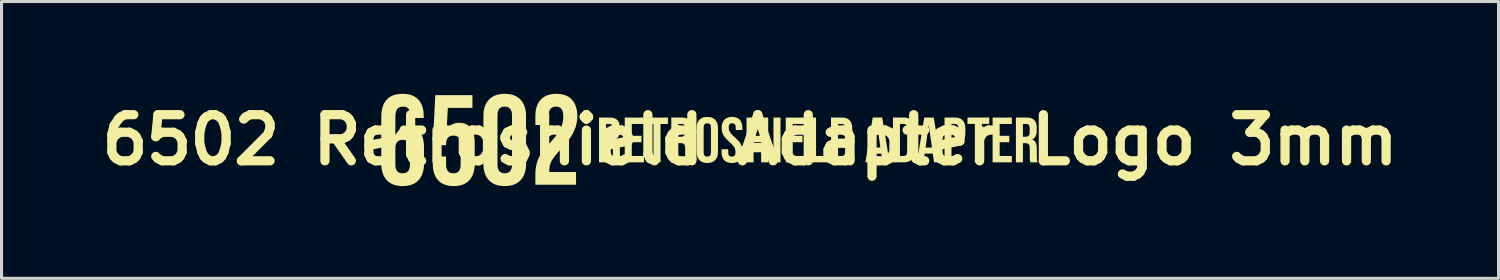
<source format=kicad_pcb>
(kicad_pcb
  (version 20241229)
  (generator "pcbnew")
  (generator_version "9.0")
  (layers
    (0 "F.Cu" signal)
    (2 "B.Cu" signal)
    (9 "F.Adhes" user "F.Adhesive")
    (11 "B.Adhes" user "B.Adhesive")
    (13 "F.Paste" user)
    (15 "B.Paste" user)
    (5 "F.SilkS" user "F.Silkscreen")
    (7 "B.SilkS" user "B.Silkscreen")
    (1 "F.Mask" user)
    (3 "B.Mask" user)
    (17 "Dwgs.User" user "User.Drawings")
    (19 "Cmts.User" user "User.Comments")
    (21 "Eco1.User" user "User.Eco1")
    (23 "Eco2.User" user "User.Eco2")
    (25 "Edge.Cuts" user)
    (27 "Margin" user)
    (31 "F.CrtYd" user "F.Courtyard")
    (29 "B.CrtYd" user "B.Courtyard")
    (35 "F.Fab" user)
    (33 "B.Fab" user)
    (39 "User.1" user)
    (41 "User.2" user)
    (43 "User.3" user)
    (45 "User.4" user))
  (footprint "6502 Retroshield Adapter Logo 3mm"
    (layer "F.Cu")
    (at 21.336 1.5)
    (property "Reference" "6502 Retroshield Adapter Logo 3mm" (at 0 0 0) (layer "F.SilkS") (effects (font (size 1.5 1.5) (thickness 0.3))))
    (attr board_only exclude_from_pos_files exclude_from_bom)
    (fp_poly (pts (xy 0.99 0) (xy 0.99 0.728) (xy 0.876 0.728) (xy 0.761 0.728) (xy 0.761 0) (xy 0.761 -0.728) (xy 0.876 -0.728) (xy 0.99 -0.728)) (stroke (width 0) (type solid)) (fill yes) (layer "F.SilkS"))
    (fp_poly (pts (xy 2.145 -0.104) (xy 2.145 0.52) (xy 2.333 0.52) (xy 2.52 0.52) (xy 2.52 0.624) (xy 2.52 0.728) (xy 2.218 0.728) (xy 1.916 0.728) (xy 1.916 0) (xy 1.916 -0.728) (xy 2.031 -0.728) (xy 2.145 -0.728)) (stroke (width 0) (type solid)) (fill yes) (layer "F.SilkS"))
    (fp_poly (pts (xy -2.67 -0.624) (xy -2.67 -0.52) (xy -2.791 -0.52) (xy -2.911 -0.52) (xy -2.911 0.104) (xy -2.911 0.728) (xy -3.026 0.728) (xy -3.14 0.728) (xy -3.14 0.104) (xy -3.14 -0.52) (xy -3.259 -0.52) (xy -3.378 -0.52) (xy -3.378 -0.624) (xy -3.378 -0.728) (xy -3.024 -0.728) (xy -2.67 -0.728)) (stroke (width 0) (type solid)) (fill yes) (layer "F.SilkS"))
    (fp_poly (pts (xy 7.777 -0.625) (xy 7.776 -0.522) (xy 7.656 -0.521) (xy 7.536 -0.52) (xy 7.536 0.104) (xy 7.536 0.728) (xy 7.422 0.728) (xy 7.308 0.728) (xy 7.308 0.104) (xy 7.308 -0.52) (xy 7.188 -0.52) (xy 7.069 -0.52) (xy 7.069 -0.624) (xy 7.069 -0.728) (xy 7.423 -0.728) (xy 7.777 -0.728)) (stroke (width 0) (type solid)) (fill yes) (layer "F.SilkS"))
    (fp_poly (pts (xy -3.449 -0.624) (xy -3.449 -0.52) (xy -3.647 -0.52) (xy -3.845 -0.52) (xy -3.845 -0.327) (xy -3.845 -0.135) (xy -3.688 -0.135) (xy -3.531 -0.135) (xy -3.531 -0.03) (xy -3.531 0.074) (xy -3.688 0.074) (xy -3.845 0.074) (xy -3.845 0.297) (xy -3.845 0.52) (xy -3.647 0.52) (xy -3.449 0.52) (xy -3.449 0.624) (xy -3.449 0.728) (xy -3.762 0.728) (xy -4.074 0.728) (xy -4.074 0) (xy -4.074 -0.728) (xy -3.762 -0.728) (xy -3.449 -0.728)) (stroke (width 0) (type solid)) (fill yes) (layer "F.SilkS"))
    (fp_poly (pts (xy 0.114 -0.431) (xy 0.114 -0.135) (xy 0.237 -0.135) (xy 0.36 -0.135) (xy 0.36 -0.431) (xy 0.36 -0.728) (xy 0.475 -0.728) (xy 0.589 -0.728) (xy 0.589 0) (xy 0.589 0.728) (xy 0.475 0.728) (xy 0.36 0.728) (xy 0.36 0.401) (xy 0.36 0.074) (xy 0.237 0.074) (xy 0.114 0.074) (xy 0.114 0.401) (xy 0.114 0.728) (xy 0 0.728) (xy -0.114 0.728) (xy -0.114 0) (xy -0.114 -0.728) (xy 0 -0.728) (xy 0.114 -0.728)) (stroke (width 0) (type solid)) (fill yes) (layer "F.SilkS"))
    (fp_poly (pts (xy 1.784 -0.624) (xy 1.784 -0.52) (xy 1.586 -0.52) (xy 1.388 -0.52) (xy 1.388 -0.327) (xy 1.388 -0.135) (xy 1.546 -0.135) (xy 1.703 -0.135) (xy 1.703 -0.03) (xy 1.703 0.074) (xy 1.546 0.074) (xy 1.388 0.074) (xy 1.388 0.297) (xy 1.388 0.52) (xy 1.586 0.52) (xy 1.784 0.52) (xy 1.784 0.624) (xy 1.784 0.728) (xy 1.472 0.728) (xy 1.16 0.728) (xy 1.16 0) (xy 1.16 -0.728) (xy 1.472 -0.728) (xy 1.784 -0.728)) (stroke (width 0) (type solid)) (fill yes) (layer "F.SilkS"))
    (fp_poly (pts (xy 8.511 -0.624) (xy 8.511 -0.52) (xy 8.313 -0.52) (xy 8.115 -0.52) (xy 8.115 -0.327) (xy 8.115 -0.135) (xy 8.272 -0.135) (xy 8.429 -0.135) (xy 8.429 -0.03) (xy 8.429 0.074) (xy 8.272 0.074) (xy 8.115 0.074) (xy 8.115 0.297) (xy 8.115 0.52) (xy 8.313 0.52) (xy 8.511 0.52) (xy 8.511 0.624) (xy 8.511 0.728) (xy 8.198 0.728) (xy 7.886 0.728) (xy 7.886 0) (xy 7.886 -0.728) (xy 8.198 -0.728) (xy 8.511 -0.728)) (stroke (width 0) (type solid)) (fill yes) (layer "F.SilkS"))
    (fp_poly (pts (xy 6.547 -0.728) (xy 6.582 -0.728) (xy 6.612 -0.728) (xy 6.639 -0.728) (xy 6.662 -0.728) (xy 6.682 -0.727) (xy 6.699 -0.726) (xy 6.714 -0.725) (xy 6.728 -0.724) (xy 6.74 -0.723) (xy 6.751 -0.721) (xy 6.761 -0.719) (xy 6.771 -0.716) (xy 6.782 -0.714) (xy 6.792 -0.71) (xy 6.796 -0.709) (xy 6.814 -0.703) (xy 6.834 -0.694) (xy 6.853 -0.684) (xy 6.87 -0.674) (xy 6.881 -0.667) (xy 6.907 -0.643) (xy 6.93 -0.617) (xy 6.95 -0.588) (xy 6.966 -0.556) (xy 6.979 -0.52) (xy 6.989 -0.48) (xy 6.995 -0.437) (xy 6.998 -0.405) (xy 6.999 -0.38) (xy 7 -0.353) (xy 7 -0.325) (xy 7 -0.295) (xy 7 -0.266) (xy 6.999 -0.237) (xy 6.999 -0.209) (xy 6.997 -0.184) (xy 6.996 -0.162) (xy 6.994 -0.144) (xy 6.993 -0.132) (xy 6.983 -0.089) (xy 6.971 -0.051) (xy 6.955 -0.015) (xy 6.935 0.016) (xy 6.912 0.044) (xy 6.886 0.069) (xy 6.856 0.089) (xy 6.824 0.105) (xy 6.788 0.118) (xy 6.774 0.122) (xy 6.761 0.125) (xy 6.749 0.127) (xy 6.737 0.129) (xy 6.723 0.131) (xy 6.708 0.132) (xy 6.69 0.133) (xy 6.668 0.134) (xy 6.643 0.134) (xy 6.635 0.134) (xy 6.55 0.136) (xy 6.549 0.432) (xy 6.549 0.728) (xy 6.436 0.728) (xy 6.323 0.728) (xy 6.323 0) (xy 6.323 -0.297) (xy 6.549 -0.297) (xy 6.549 -0.074) (xy 6.615 -0.074) (xy 6.639 -0.074) (xy 6.658 -0.074) (xy 6.673 -0.075) (xy 6.684 -0.075) (xy 6.692 -0.077) (xy 6.695 -0.077) (xy 6.715 -0.084) (xy 6.732 -0.095) (xy 6.745 -0.108) (xy 6.756 -0.125) (xy 6.764 -0.146) (xy 6.766 -0.156) (xy 6.767 -0.162) (xy 6.768 -0.167) (xy 6.769 -0.174) (xy 6.769 -0.182) (xy 6.77 -0.193) (xy 6.77 -0.205) (xy 6.77 -0.221) (xy 6.771 -0.24) (xy 6.771 -0.263) (xy 6.771 -0.291) (xy 6.771 -0.297) (xy 6.771 -0.326) (xy 6.771 -0.35) (xy 6.77 -0.37) (xy 6.77 -0.386) (xy 6.77 -0.399) (xy 6.77 -0.41) (xy 6.769 -0.419) (xy 6.768 -0.426) (xy 6.767 -0.431) (xy 6.766 -0.437) (xy 6.766 -0.437) (xy 6.76 -0.459) (xy 6.751 -0.478) (xy 6.74 -0.492) (xy 6.726 -0.503) (xy 6.721 -0.506) (xy 6.713 -0.51) (xy 6.706 -0.513) (xy 6.698 -0.516) (xy 6.689 -0.518) (xy 6.679 -0.519) (xy 6.666 -0.52) (xy 6.65 -0.52) (xy 6.629 -0.52) (xy 6.615 -0.52) (xy 6.549 -0.52) (xy 6.549 -0.297) (xy 6.323 -0.297) (xy 6.323 -0.728) (xy 6.507 -0.728)) (stroke (width 0) (type solid)) (fill yes) (layer "F.SilkS"))
    (fp_poly (pts (xy 4.877 -0.728) (xy 4.911 -0.728) (xy 4.941 -0.728) (xy 4.967 -0.728) (xy 4.99 -0.728) (xy 5.009 -0.727) (xy 5.026 -0.727) (xy 5.041 -0.726) (xy 5.053 -0.725) (xy 5.065 -0.724) (xy 5.075 -0.723) (xy 5.084 -0.721) (xy 5.093 -0.719) (xy 5.102 -0.717) (xy 5.112 -0.715) (xy 5.112 -0.715) (xy 5.15 -0.703) (xy 5.183 -0.688) (xy 5.214 -0.669) (xy 5.241 -0.647) (xy 5.264 -0.621) (xy 5.284 -0.591) (xy 5.301 -0.557) (xy 5.315 -0.52) (xy 5.326 -0.478) (xy 5.329 -0.459) (xy 5.33 -0.456) (xy 5.331 -0.452) (xy 5.331 -0.448) (xy 5.332 -0.442) (xy 5.332 -0.436) (xy 5.332 -0.429) (xy 5.333 -0.42) (xy 5.333 -0.409) (xy 5.333 -0.397) (xy 5.333 -0.382) (xy 5.333 -0.365) (xy 5.334 -0.345) (xy 5.334 -0.323) (xy 5.334 -0.297) (xy 5.334 -0.268) (xy 5.334 -0.235) (xy 5.334 -0.198) (xy 5.334 -0.157) (xy 5.334 -0.112) (xy 5.334 -0.063) (xy 5.334 -0.008) (xy 5.334 0) (xy 5.334 0.055) (xy 5.334 0.105) (xy 5.334 0.151) (xy 5.334 0.193) (xy 5.334 0.23) (xy 5.334 0.263) (xy 5.334 0.293) (xy 5.334 0.319) (xy 5.334 0.342) (xy 5.333 0.362) (xy 5.333 0.38) (xy 5.333 0.395) (xy 5.333 0.408) (xy 5.333 0.419) (xy 5.332 0.428) (xy 5.332 0.435) (xy 5.332 0.442) (xy 5.331 0.447) (xy 5.331 0.451) (xy 5.33 0.455) (xy 5.33 0.459) (xy 5.329 0.459) (xy 5.321 0.5) (xy 5.31 0.537) (xy 5.296 0.569) (xy 5.28 0.599) (xy 5.26 0.625) (xy 5.253 0.633) (xy 5.229 0.657) (xy 5.203 0.677) (xy 5.173 0.693) (xy 5.141 0.706) (xy 5.112 0.715) (xy 5.103 0.717) (xy 5.093 0.719) (xy 5.084 0.721) (xy 5.075 0.723) (xy 5.065 0.724) (xy 5.054 0.725) (xy 5.041 0.726) (xy 5.027 0.727) (xy 5.01 0.727) (xy 4.991 0.728) (xy 4.968 0.728) (xy 4.942 0.728) (xy 4.912 0.728) (xy 4.878 0.728) (xy 4.84 0.728) (xy 4.838 0.728) (xy 4.645 0.728) (xy 4.645 0) (xy 4.873 0) (xy 4.873 0.52) (xy 4.944 0.52) (xy 4.965 0.52) (xy 4.982 0.52) (xy 4.996 0.52) (xy 5.006 0.52) (xy 5.014 0.519) (xy 5.02 0.518) (xy 5.026 0.517) (xy 5.031 0.515) (xy 5.032 0.515) (xy 5.051 0.507) (xy 5.068 0.496) (xy 5.081 0.482) (xy 5.092 0.464) (xy 5.1 0.441) (xy 5.104 0.424) (xy 5.105 0.42) (xy 5.105 0.412) (xy 5.105 0.399) (xy 5.106 0.382) (xy 5.106 0.36) (xy 5.106 0.334) (xy 5.106 0.303) (xy 5.106 0.267) (xy 5.107 0.227) (xy 5.107 0.182) (xy 5.107 0.132) (xy 5.107 0.077) (xy 5.107 0.017) (xy 5.107 0) (xy 5.107 -0.061) (xy 5.107 -0.117) (xy 5.107 -0.169) (xy 5.107 -0.215) (xy 5.107 -0.257) (xy 5.106 -0.294) (xy 5.106 -0.326) (xy 5.106 -0.353) (xy 5.106 -0.376) (xy 5.105 -0.395) (xy 5.105 -0.409) (xy 5.105 -0.418) (xy 5.104 -0.424) (xy 5.104 -0.424) (xy 5.098 -0.449) (xy 5.089 -0.47) (xy 5.077 -0.487) (xy 5.063 -0.5) (xy 5.045 -0.51) (xy 5.032 -0.515) (xy 5.026 -0.517) (xy 5.021 -0.518) (xy 5.014 -0.519) (xy 5.006 -0.519) (xy 4.996 -0.52) (xy 4.983 -0.52) (xy 4.967 -0.52) (xy 4.946 -0.52) (xy 4.944 -0.52) (xy 4.873 -0.52) (xy 4.873 0) (xy 4.645 0) (xy 4.645 -0.728) (xy 4.838 -0.728)) (stroke (width 0) (type solid)) (fill yes) (layer "F.SilkS"))
    (fp_poly (pts (xy 2.826 -0.728) (xy 2.864 -0.728) (xy 2.898 -0.728) (xy 2.928 -0.728) (xy 2.954 -0.728) (xy 2.976 -0.728) (xy 2.995 -0.727) (xy 3.012 -0.727) (xy 3.026 -0.726) (xy 3.038 -0.725) (xy 3.049 -0.724) (xy 3.059 -0.723) (xy 3.068 -0.722) (xy 3.077 -0.72) (xy 3.086 -0.718) (xy 3.095 -0.716) (xy 3.133 -0.705) (xy 3.167 -0.69) (xy 3.198 -0.671) (xy 3.226 -0.648) (xy 3.25 -0.622) (xy 3.271 -0.592) (xy 3.288 -0.558) (xy 3.302 -0.521) (xy 3.309 -0.496) (xy 3.31 -0.489) (xy 3.312 -0.482) (xy 3.313 -0.475) (xy 3.315 -0.469) (xy 3.316 -0.461) (xy 3.317 -0.454) (xy 3.318 -0.445) (xy 3.319 -0.435) (xy 3.319 -0.424) (xy 3.32 -0.412) (xy 3.321 -0.397) (xy 3.321 -0.381) (xy 3.321 -0.361) (xy 3.322 -0.34) (xy 3.322 -0.315) (xy 3.322 -0.288) (xy 3.322 -0.257) (xy 3.322 -0.222) (xy 3.322 -0.184) (xy 3.323 -0.141) (xy 3.323 -0.094) (xy 3.323 -0.042) (xy 3.323 0) (xy 3.323 0.055) (xy 3.323 0.106) (xy 3.323 0.152) (xy 3.322 0.193) (xy 3.322 0.231) (xy 3.322 0.265) (xy 3.322 0.295) (xy 3.322 0.322) (xy 3.322 0.345) (xy 3.321 0.366) (xy 3.321 0.385) (xy 3.321 0.401) (xy 3.32 0.415) (xy 3.319 0.427) (xy 3.319 0.438) (xy 3.318 0.447) (xy 3.317 0.456) (xy 3.316 0.463) (xy 3.314 0.47) (xy 3.313 0.477) (xy 3.312 0.484) (xy 3.31 0.491) (xy 3.309 0.496) (xy 3.297 0.536) (xy 3.282 0.572) (xy 3.263 0.604) (xy 3.241 0.633) (xy 3.215 0.658) (xy 3.186 0.679) (xy 3.154 0.696) (xy 3.118 0.71) (xy 3.095 0.716) (xy 3.086 0.718) (xy 3.077 0.72) (xy 3.068 0.722) (xy 3.059 0.723) (xy 3.049 0.724) (xy 3.038 0.725) (xy 3.025 0.726) (xy 3.011 0.727) (xy 2.994 0.727) (xy 2.975 0.728) (xy 2.952 0.728) (xy 2.926 0.728) (xy 2.897 0.728) (xy 2.862 0.728) (xy 2.826 0.728) (xy 2.632 0.728) (xy 2.632 0) (xy 2.861 0) (xy 2.861 0.52) (xy 2.931 0.52) (xy 2.952 0.52) (xy 2.969 0.52) (xy 2.982 0.52) (xy 2.992 0.519) (xy 3 0.519) (xy 3.007 0.518) (xy 3.013 0.517) (xy 3.018 0.515) (xy 3.038 0.507) (xy 3.055 0.496) (xy 3.068 0.482) (xy 3.079 0.464) (xy 3.086 0.442) (xy 3.089 0.43) (xy 3.09 0.427) (xy 3.09 0.424) (xy 3.091 0.42) (xy 3.091 0.415) (xy 3.092 0.41) (xy 3.092 0.403) (xy 3.093 0.395) (xy 3.093 0.385) (xy 3.093 0.373) (xy 3.093 0.359) (xy 3.093 0.343) (xy 3.094 0.323) (xy 3.094 0.301) (xy 3.094 0.276) (xy 3.094 0.247) (xy 3.094 0.215) (xy 3.094 0.179) (xy 3.094 0.139) (xy 3.094 0.094) (xy 3.094 0.045) (xy 3.094 0) (xy 3.094 -0.053) (xy 3.094 -0.102) (xy 3.094 -0.146) (xy 3.094 -0.185) (xy 3.094 -0.221) (xy 3.094 -0.253) (xy 3.094 -0.281) (xy 3.094 -0.305) (xy 3.094 -0.327) (xy 3.093 -0.345) (xy 3.093 -0.361) (xy 3.093 -0.375) (xy 3.093 -0.387) (xy 3.092 -0.396) (xy 3.092 -0.404) (xy 3.092 -0.411) (xy 3.091 -0.416) (xy 3.091 -0.421) (xy 3.09 -0.424) (xy 3.09 -0.428) (xy 3.089 -0.43) (xy 3.083 -0.454) (xy 3.074 -0.474) (xy 3.062 -0.49) (xy 3.047 -0.502) (xy 3.028 -0.512) (xy 3.018 -0.515) (xy 3.012 -0.517) (xy 3.007 -0.518) (xy 3 -0.519) (xy 2.992 -0.52) (xy 2.981 -0.52) (xy 2.968 -0.52) (xy 2.951 -0.52) (xy 2.931 -0.52) (xy 2.861 -0.52) (xy 2.861 0) (xy 2.632 0) (xy 2.632 -0.728)) (stroke (width 0) (type solid)) (fill yes) (layer "F.SilkS"))
    (fp_poly (pts (xy -2.338 -0.728) (xy -2.304 -0.728) (xy -2.273 -0.728) (xy -2.244 -0.728) (xy -2.22 -0.728) (xy -2.198 -0.727) (xy -2.181 -0.727) (xy -2.168 -0.726) (xy -2.16 -0.726) (xy -2.16 -0.726) (xy -2.116 -0.72) (xy -2.077 -0.71) (xy -2.042 -0.698) (xy -2.01 -0.682) (xy -1.982 -0.663) (xy -1.958 -0.64) (xy -1.937 -0.614) (xy -1.92 -0.585) (xy -1.906 -0.552) (xy -1.899 -0.532) (xy -1.893 -0.505) (xy -1.888 -0.474) (xy -1.885 -0.439) (xy -1.882 -0.401) (xy -1.881 -0.361) (xy -1.882 -0.318) (xy -1.883 -0.289) (xy -1.885 -0.258) (xy -1.887 -0.231) (xy -1.891 -0.207) (xy -1.895 -0.186) (xy -1.9 -0.166) (xy -1.907 -0.147) (xy -1.915 -0.129) (xy -1.915 -0.128) (xy -1.932 -0.098) (xy -1.952 -0.073) (xy -1.975 -0.05) (xy -2.003 -0.032) (xy -2.013 -0.026) (xy -2.021 -0.021) (xy -2.028 -0.017) (xy -2.031 -0.015) (xy -2.031 -0.014) (xy -2.029 -0.012) (xy -2.024 -0.01) (xy -2.017 -0.007) (xy -1.99 0.006) (xy -1.966 0.022) (xy -1.946 0.042) (xy -1.928 0.065) (xy -1.921 0.078) (xy -1.911 0.098) (xy -1.903 0.119) (xy -1.897 0.141) (xy -1.892 0.165) (xy -1.887 0.193) (xy -1.886 0.204) (xy -1.885 0.213) (xy -1.884 0.221) (xy -1.883 0.23) (xy -1.882 0.24) (xy -1.882 0.251) (xy -1.882 0.264) (xy -1.881 0.28) (xy -1.881 0.298) (xy -1.881 0.32) (xy -1.881 0.345) (xy -1.881 0.375) (xy -1.881 0.397) (xy -1.881 0.441) (xy -1.881 0.48) (xy -1.88 0.515) (xy -1.88 0.545) (xy -1.879 0.572) (xy -1.879 0.596) (xy -1.878 0.616) (xy -1.876 0.634) (xy -1.875 0.65) (xy -1.873 0.664) (xy -1.871 0.676) (xy -1.869 0.687) (xy -1.866 0.697) (xy -1.863 0.707) (xy -1.862 0.711) (xy -1.856 0.728) (xy -1.972 0.728) (xy -2.088 0.728) (xy -2.093 0.709) (xy -2.097 0.697) (xy -2.099 0.685) (xy -2.102 0.675) (xy -2.102 0.675) (xy -2.103 0.666) (xy -2.104 0.651) (xy -2.105 0.632) (xy -2.106 0.608) (xy -2.107 0.58) (xy -2.108 0.547) (xy -2.108 0.511) (xy -2.109 0.471) (xy -2.109 0.426) (xy -2.109 0.39) (xy -2.109 0.355) (xy -2.109 0.325) (xy -2.11 0.299) (xy -2.11 0.277) (xy -2.11 0.258) (xy -2.111 0.242) (xy -2.112 0.229) (xy -2.113 0.218) (xy -2.114 0.208) (xy -2.116 0.2) (xy -2.118 0.192) (xy -2.12 0.185) (xy -2.123 0.177) (xy -2.123 0.176) (xy -2.132 0.157) (xy -2.142 0.142) (xy -2.156 0.13) (xy -2.172 0.12) (xy -2.176 0.118) (xy -2.188 0.113) (xy -2.2 0.11) (xy -2.214 0.107) (xy -2.231 0.105) (xy -2.251 0.104) (xy -2.275 0.104) (xy -2.281 0.104) (xy -2.333 0.104) (xy -2.333 0.416) (xy -2.333 0.728) (xy -2.447 0.728) (xy -2.561 0.728) (xy -2.561 0) (xy -2.561 -0.312) (xy -2.333 -0.312) (xy -2.333 -0.104) (xy -2.282 -0.104) (xy -2.266 -0.104) (xy -2.249 -0.105) (xy -2.235 -0.105) (xy -2.223 -0.106) (xy -2.215 -0.107) (xy -2.191 -0.112) (xy -2.169 -0.122) (xy -2.157 -0.129) (xy -2.147 -0.139) (xy -2.137 -0.149) (xy -2.13 -0.161) (xy -2.123 -0.175) (xy -2.118 -0.192) (xy -2.115 -0.211) (xy -2.112 -0.234) (xy -2.11 -0.26) (xy -2.11 -0.291) (xy -2.11 -0.325) (xy -2.11 -0.341) (xy -2.111 -0.372) (xy -2.112 -0.397) (xy -2.115 -0.419) (xy -2.118 -0.438) (xy -2.122 -0.453) (xy -2.127 -0.466) (xy -2.133 -0.477) (xy -2.14 -0.487) (xy -2.145 -0.492) (xy -2.153 -0.5) (xy -2.161 -0.506) (xy -2.17 -0.511) (xy -2.18 -0.514) (xy -2.193 -0.517) (xy -2.207 -0.519) (xy -2.225 -0.52) (xy -2.247 -0.52) (xy -2.268 -0.52) (xy -2.333 -0.52) (xy -2.333 -0.312) (xy -2.561 -0.312) (xy -2.561 -0.728) (xy -2.374 -0.728)) (stroke (width 0) (type solid)) (fill yes) (layer "F.SilkS"))
    (fp_poly (pts (xy 8.872 -0.728) (xy 8.908 -0.728) (xy 8.94 -0.728) (xy 8.968 -0.728) (xy 8.993 -0.727) (xy 9.014 -0.727) (xy 9.033 -0.726) (xy 9.05 -0.725) (xy 9.064 -0.723) (xy 9.077 -0.722) (xy 9.089 -0.72) (xy 9.1 -0.717) (xy 9.111 -0.715) (xy 9.122 -0.711) (xy 9.133 -0.708) (xy 9.137 -0.707) (xy 9.162 -0.698) (xy 9.184 -0.687) (xy 9.204 -0.676) (xy 9.222 -0.662) (xy 9.235 -0.65) (xy 9.255 -0.628) (xy 9.272 -0.603) (xy 9.287 -0.576) (xy 9.299 -0.544) (xy 9.309 -0.509) (xy 9.315 -0.481) (xy 9.316 -0.47) (xy 9.317 -0.456) (xy 9.318 -0.437) (xy 9.319 -0.416) (xy 9.319 -0.393) (xy 9.319 -0.368) (xy 9.319 -0.343) (xy 9.319 -0.318) (xy 9.319 -0.294) (xy 9.318 -0.272) (xy 9.318 -0.252) (xy 9.317 -0.235) (xy 9.315 -0.223) (xy 9.315 -0.218) (xy 9.306 -0.179) (xy 9.294 -0.143) (xy 9.279 -0.112) (xy 9.261 -0.084) (xy 9.239 -0.061) (xy 9.215 -0.041) (xy 9.192 -0.027) (xy 9.183 -0.022) (xy 9.176 -0.018) (xy 9.172 -0.015) (xy 9.171 -0.014) (xy 9.174 -0.012) (xy 9.18 -0.009) (xy 9.181 -0.009) (xy 9.208 0.003) (xy 9.231 0.017) (xy 9.251 0.035) (xy 9.269 0.057) (xy 9.284 0.082) (xy 9.297 0.112) (xy 9.307 0.145) (xy 9.315 0.183) (xy 9.317 0.199) (xy 9.318 0.205) (xy 9.318 0.213) (xy 9.319 0.223) (xy 9.32 0.235) (xy 9.32 0.249) (xy 9.321 0.266) (xy 9.321 0.287) (xy 9.321 0.311) (xy 9.322 0.338) (xy 9.322 0.37) (xy 9.323 0.407) (xy 9.323 0.434) (xy 9.323 0.477) (xy 9.324 0.516) (xy 9.324 0.55) (xy 9.325 0.58) (xy 9.325 0.605) (xy 9.326 0.626) (xy 9.327 0.642) (xy 9.327 0.653) (xy 9.328 0.659) (xy 9.332 0.682) (xy 9.338 0.703) (xy 9.343 0.717) (xy 9.348 0.728) (xy 9.232 0.728) (xy 9.115 0.728) (xy 9.11 0.711) (xy 9.108 0.704) (xy 9.106 0.696) (xy 9.104 0.689) (xy 9.102 0.682) (xy 9.101 0.674) (xy 9.1 0.666) (xy 9.099 0.656) (xy 9.098 0.644) (xy 9.097 0.631) (xy 9.097 0.615) (xy 9.096 0.596) (xy 9.096 0.574) (xy 9.095 0.549) (xy 9.095 0.519) (xy 9.095 0.486) (xy 9.094 0.448) (xy 9.094 0.437) (xy 9.094 0.398) (xy 9.094 0.364) (xy 9.093 0.335) (xy 9.093 0.31) (xy 9.093 0.288) (xy 9.092 0.27) (xy 9.092 0.255) (xy 9.092 0.242) (xy 9.091 0.232) (xy 9.091 0.224) (xy 9.09 0.218) (xy 9.09 0.213) (xy 9.089 0.208) (xy 9.088 0.206) (xy 9.083 0.186) (xy 9.077 0.169) (xy 9.07 0.156) (xy 9.061 0.144) (xy 9.053 0.135) (xy 9.042 0.126) (xy 9.031 0.119) (xy 9.018 0.114) (xy 9.003 0.11) (xy 8.985 0.107) (xy 8.964 0.105) (xy 8.938 0.104) (xy 8.922 0.104) (xy 8.871 0.104) (xy 8.871 0.416) (xy 8.871 0.728) (xy 8.757 0.728) (xy 8.643 0.728) (xy 8.643 0) (xy 8.643 -0.312) (xy 8.871 -0.312) (xy 8.871 -0.104) (xy 8.922 -0.104) (xy 8.944 -0.104) (xy 8.963 -0.105) (xy 8.979 -0.106) (xy 8.991 -0.107) (xy 8.993 -0.108) (xy 9.017 -0.114) (xy 9.038 -0.124) (xy 9.055 -0.138) (xy 9.069 -0.155) (xy 9.08 -0.177) (xy 9.086 -0.194) (xy 9.087 -0.201) (xy 9.088 -0.213) (xy 9.089 -0.228) (xy 9.09 -0.245) (xy 9.091 -0.265) (xy 9.091 -0.287) (xy 9.092 -0.309) (xy 9.092 -0.331) (xy 9.092 -0.352) (xy 9.092 -0.372) (xy 9.091 -0.389) (xy 9.09 -0.404) (xy 9.09 -0.415) (xy 9.089 -0.416) (xy 9.084 -0.443) (xy 9.076 -0.466) (xy 9.064 -0.484) (xy 9.051 -0.499) (xy 9.034 -0.51) (xy 9.026 -0.513) (xy 9.022 -0.515) (xy 9.017 -0.516) (xy 9.012 -0.517) (xy 9.005 -0.518) (xy 8.997 -0.519) (xy 8.986 -0.519) (xy 8.971 -0.519) (xy 8.952 -0.52) (xy 8.942 -0.52) (xy 8.871 -0.521) (xy 8.871 -0.312) (xy 8.643 -0.312) (xy 8.643 -0.728) (xy 8.831 -0.728)) (stroke (width 0) (type solid)) (fill yes) (layer "F.SilkS"))
    (fp_poly (pts (xy 5.792 -0.728) (xy 5.818 -0.728) (xy 5.973 -0.727) (xy 6.092 0) (xy 6.21 0.727) (xy 6.097 0.728) (xy 6.074 0.728) (xy 6.052 0.728) (xy 6.032 0.728) (xy 6.015 0.728) (xy 6.001 0.728) (xy 5.991 0.728) (xy 5.985 0.727) (xy 5.983 0.727) (xy 5.983 0.725) (xy 5.981 0.718) (xy 5.98 0.707) (xy 5.977 0.692) (xy 5.975 0.675) (xy 5.972 0.656) (xy 5.969 0.634) (xy 5.965 0.612) (xy 5.962 0.589) (xy 5.959 0.566) (xy 5.955 0.544) (xy 5.952 0.523) (xy 5.949 0.503) (xy 5.947 0.486) (xy 5.945 0.471) (xy 5.943 0.459) (xy 5.942 0.452) (xy 5.942 0.449) (xy 5.942 0.448) (xy 5.941 0.447) (xy 5.939 0.446) (xy 5.935 0.446) (xy 5.929 0.445) (xy 5.921 0.445) (xy 5.91 0.445) (xy 5.896 0.444) (xy 5.879 0.444) (xy 5.857 0.444) (xy 5.831 0.444) (xy 5.811 0.444) (xy 5.679 0.444) (xy 5.659 0.583) (xy 5.655 0.609) (xy 5.652 0.634) (xy 5.649 0.656) (xy 5.646 0.677) (xy 5.643 0.694) (xy 5.641 0.708) (xy 5.639 0.718) (xy 5.638 0.724) (xy 5.638 0.725) (xy 5.637 0.726) (xy 5.633 0.727) (xy 5.626 0.727) (xy 5.617 0.728) (xy 5.604 0.728) (xy 5.587 0.728) (xy 5.566 0.728) (xy 5.54 0.728) (xy 5.532 0.728) (xy 5.509 0.728) (xy 5.488 0.728) (xy 5.47 0.728) (xy 5.454 0.728) (xy 5.441 0.728) (xy 5.432 0.728) (xy 5.427 0.728) (xy 5.427 0.728) (xy 5.427 0.725) (xy 5.428 0.718) (xy 5.43 0.706) (xy 5.433 0.689) (xy 5.436 0.669) (xy 5.44 0.644) (xy 5.445 0.615) (xy 5.45 0.583) (xy 5.456 0.548) (xy 5.462 0.509) (xy 5.469 0.467) (xy 5.476 0.423) (xy 5.484 0.375) (xy 5.492 0.326) (xy 5.5 0.274) (xy 5.505 0.243) (xy 5.707 0.243) (xy 5.708 0.244) (xy 5.71 0.244) (xy 5.713 0.245) (xy 5.72 0.245) (xy 5.728 0.246) (xy 5.74 0.246) (xy 5.755 0.246) (xy 5.775 0.246) (xy 5.798 0.246) (xy 5.81 0.246) (xy 5.914 0.246) (xy 5.913 0.24) (xy 5.912 0.237) (xy 5.911 0.229) (xy 5.909 0.217) (xy 5.907 0.201) (xy 5.904 0.18) (xy 5.901 0.156) (xy 5.897 0.129) (xy 5.893 0.099) (xy 5.888 0.066) (xy 5.883 0.031) (xy 5.878 -0.007) (xy 5.872 -0.046) (xy 5.866 -0.087) (xy 5.862 -0.119) (xy 5.856 -0.161) (xy 5.85 -0.201) (xy 5.845 -0.24) (xy 5.839 -0.277) (xy 5.835 -0.311) (xy 5.83 -0.343) (xy 5.826 -0.373) (xy 5.822 -0.399) (xy 5.819 -0.421) (xy 5.816 -0.441) (xy 5.814 -0.456) (xy 5.812 -0.467) (xy 5.811 -0.473) (xy 5.811 -0.474) (xy 5.809 -0.474) (xy 5.808 -0.473) (xy 5.807 -0.47) (xy 5.806 -0.463) (xy 5.804 -0.451) (xy 5.802 -0.435) (xy 5.799 -0.415) (xy 5.795 -0.391) (xy 5.791 -0.364) (xy 5.787 -0.334) (xy 5.783 -0.302) (xy 5.778 -0.267) (xy 5.772 -0.229) (xy 5.767 -0.19) (xy 5.761 -0.149) (xy 5.757 -0.117) (xy 5.751 -0.075) (xy 5.745 -0.034) (xy 5.74 0.004) (xy 5.735 0.041) (xy 5.73 0.076) (xy 5.726 0.108) (xy 5.722 0.138) (xy 5.718 0.164) (xy 5.715 0.187) (xy 5.712 0.207) (xy 5.71 0.222) (xy 5.708 0.233) (xy 5.707 0.24) (xy 5.707 0.242) (xy 5.707 0.243) (xy 5.505 0.243) (xy 5.509 0.22) (xy 5.518 0.164) (xy 5.528 0.106) (xy 5.537 0.047) (xy 5.545 0.001) (xy 5.555 -0.059) (xy 5.564 -0.117) (xy 5.573 -0.175) (xy 5.582 -0.23) (xy 5.591 -0.284) (xy 5.599 -0.335) (xy 5.607 -0.384) (xy 5.615 -0.431) (xy 5.622 -0.475) (xy 5.629 -0.516) (xy 5.635 -0.554) (xy 5.641 -0.589) (xy 5.646 -0.621) (xy 5.65 -0.648) (xy 5.654 -0.672) (xy 5.657 -0.692) (xy 5.66 -0.707) (xy 5.662 -0.718) (xy 5.663 -0.725) (xy 5.663 -0.726) (xy 5.665 -0.727) (xy 5.672 -0.727) (xy 5.684 -0.727) (xy 5.699 -0.728) (xy 5.718 -0.728) (xy 5.74 -0.728) (xy 5.765 -0.728)) (stroke (width 0) (type solid)) (fill yes) (layer "F.SilkS"))
    (fp_poly (pts (xy -4.709 -0.728) (xy -4.671 -0.728) (xy -4.639 -0.727) (xy -4.61 -0.727) (xy -4.586 -0.727) (xy -4.565 -0.727) (xy -4.547 -0.727) (xy -4.532 -0.726) (xy -4.52 -0.726) (xy -4.51 -0.725) (xy -4.502 -0.725) (xy -4.495 -0.724) (xy -4.489 -0.724) (xy -4.484 -0.723) (xy -4.483 -0.723) (xy -4.442 -0.713) (xy -4.405 -0.702) (xy -4.373 -0.687) (xy -4.344 -0.67) (xy -4.32 -0.651) (xy -4.306 -0.636) (xy -4.29 -0.615) (xy -4.277 -0.593) (xy -4.265 -0.57) (xy -4.256 -0.544) (xy -4.248 -0.516) (xy -4.242 -0.485) (xy -4.238 -0.451) (xy -4.235 -0.414) (xy -4.234 -0.372) (xy -4.234 -0.326) (xy -4.235 -0.316) (xy -4.236 -0.283) (xy -4.238 -0.254) (xy -4.24 -0.228) (xy -4.243 -0.206) (xy -4.248 -0.185) (xy -4.253 -0.166) (xy -4.26 -0.147) (xy -4.262 -0.141) (xy -4.276 -0.112) (xy -4.295 -0.085) (xy -4.317 -0.061) (xy -4.342 -0.04) (xy -4.37 -0.023) (xy -4.374 -0.021) (xy -4.381 -0.017) (xy -4.383 -0.014) (xy -4.381 -0.012) (xy -4.377 -0.01) (xy -4.348 0.003) (xy -4.323 0.019) (xy -4.303 0.037) (xy -4.285 0.058) (xy -4.27 0.083) (xy -4.258 0.112) (xy -4.251 0.138) (xy -4.248 0.148) (xy -4.246 0.157) (xy -4.244 0.165) (xy -4.242 0.173) (xy -4.241 0.184) (xy -4.239 0.197) (xy -4.237 0.209) (xy -4.237 0.216) (xy -4.236 0.224) (xy -4.235 0.234) (xy -4.235 0.246) (xy -4.234 0.26) (xy -4.234 0.276) (xy -4.233 0.296) (xy -4.233 0.32) (xy -4.232 0.347) (xy -4.232 0.378) (xy -4.232 0.413) (xy -4.231 0.448) (xy -4.231 0.486) (xy -4.231 0.52) (xy -4.23 0.549) (xy -4.23 0.574) (xy -4.229 0.595) (xy -4.229 0.613) (xy -4.229 0.628) (xy -4.228 0.641) (xy -4.228 0.651) (xy -4.227 0.658) (xy -4.227 0.665) (xy -4.226 0.67) (xy -4.225 0.674) (xy -4.225 0.674) (xy -4.22 0.694) (xy -4.214 0.713) (xy -4.21 0.724) (xy -4.209 0.725) (xy -4.21 0.726) (xy -4.212 0.727) (xy -4.215 0.727) (xy -4.221 0.728) (xy -4.229 0.728) (xy -4.24 0.728) (xy -4.254 0.728) (xy -4.272 0.728) (xy -4.294 0.728) (xy -4.321 0.728) (xy -4.324 0.728) (xy -4.44 0.727) (xy -4.445 0.712) (xy -4.447 0.705) (xy -4.449 0.699) (xy -4.451 0.692) (xy -4.452 0.686) (xy -4.454 0.679) (xy -4.455 0.671) (xy -4.455 0.662) (xy -4.456 0.652) (xy -4.457 0.639) (xy -4.457 0.624) (xy -4.458 0.606) (xy -4.458 0.586) (xy -4.459 0.561) (xy -4.459 0.533) (xy -4.459 0.501) (xy -4.459 0.464) (xy -4.46 0.449) (xy -4.46 0.41) (xy -4.46 0.376) (xy -4.461 0.347) (xy -4.461 0.321) (xy -4.461 0.299) (xy -4.462 0.281) (xy -4.462 0.265) (xy -4.463 0.252) (xy -4.463 0.241) (xy -4.464 0.233) (xy -4.464 0.226) (xy -4.465 0.22) (xy -4.466 0.216) (xy -4.466 0.215) (xy -4.471 0.19) (xy -4.479 0.169) (xy -4.488 0.151) (xy -4.499 0.137) (xy -4.514 0.126) (xy -4.531 0.117) (xy -4.546 0.111) (xy -4.552 0.109) (xy -4.558 0.108) (xy -4.565 0.107) (xy -4.574 0.106) (xy -4.585 0.106) (xy -4.6 0.105) (xy -4.619 0.105) (xy -4.623 0.105) (xy -4.683 0.104) (xy -4.683 0.416) (xy -4.683 0.728) (xy -4.797 0.728) (xy -4.911 0.728) (xy -4.911 -0.000138) (xy -4.911 -0.312) (xy -4.683 -0.312) (xy -4.683 -0.103) (xy -4.623 -0.105) (xy -4.602 -0.105) (xy -4.586 -0.106) (xy -4.573 -0.107) (xy -4.563 -0.107) (xy -4.555 -0.109) (xy -4.549 -0.11) (xy -4.548 -0.11) (xy -4.526 -0.12) (xy -4.507 -0.132) (xy -4.491 -0.147) (xy -4.48 -0.167) (xy -4.471 -0.189) (xy -4.468 -0.201) (xy -4.467 -0.209) (xy -4.466 -0.222) (xy -4.465 -0.239) (xy -4.464 -0.259) (xy -4.464 -0.28) (xy -4.463 -0.302) (xy -4.463 -0.326) (xy -4.463 -0.348) (xy -4.464 -0.37) (xy -4.465 -0.39) (xy -4.465 -0.407) (xy -4.467 -0.42) (xy -4.468 -0.43) (xy -4.468 -0.43) (xy -4.475 -0.454) (xy -4.485 -0.475) (xy -4.497 -0.491) (xy -4.511 -0.504) (xy -4.518 -0.508) (xy -4.526 -0.511) (xy -4.534 -0.514) (xy -4.543 -0.517) (xy -4.553 -0.518) (xy -4.566 -0.519) (xy -4.581 -0.52) (xy -4.6 -0.52) (xy -4.62 -0.52) (xy -4.683 -0.52) (xy -4.683 -0.312) (xy -4.911 -0.312) (xy -4.911 -0.729)) (stroke (width 0) (type solid)) (fill yes) (layer "F.SilkS"))
    (fp_poly (pts (xy -0.577 -0.748) (xy -0.553 -0.748) (xy -0.531 -0.746) (xy -0.51 -0.744) (xy -0.494 -0.741) (xy -0.494 -0.741) (xy -0.455 -0.731) (xy -0.419 -0.717) (xy -0.387 -0.7) (xy -0.358 -0.678) (xy -0.333 -0.653) (xy -0.311 -0.624) (xy -0.292 -0.592) (xy -0.277 -0.555) (xy -0.265 -0.515) (xy -0.26 -0.495) (xy -0.258 -0.479) (xy -0.255 -0.46) (xy -0.253 -0.438) (xy -0.251 -0.415) (xy -0.25 -0.392) (xy -0.249 -0.37) (xy -0.249 -0.351) (xy -0.249 -0.343) (xy -0.25 -0.324) (xy -0.357 -0.323) (xy -0.464 -0.322) (xy -0.465 -0.378) (xy -0.466 -0.4) (xy -0.467 -0.42) (xy -0.469 -0.437) (xy -0.47 -0.449) (xy -0.471 -0.452) (xy -0.478 -0.476) (xy -0.488 -0.497) (xy -0.501 -0.514) (xy -0.517 -0.526) (xy -0.537 -0.535) (xy -0.56 -0.54) (xy -0.58 -0.541) (xy -0.605 -0.539) (xy -0.627 -0.534) (xy -0.646 -0.525) (xy -0.661 -0.513) (xy -0.674 -0.496) (xy -0.683 -0.476) (xy -0.69 -0.451) (xy -0.694 -0.423) (xy -0.694 -0.414) (xy -0.694 -0.378) (xy -0.689 -0.343) (xy -0.678 -0.308) (xy -0.663 -0.274) (xy -0.644 -0.242) (xy -0.639 -0.235) (xy -0.628 -0.221) (xy -0.617 -0.207) (xy -0.605 -0.192) (xy -0.591 -0.177) (xy -0.575 -0.161) (xy -0.557 -0.143) (xy -0.537 -0.123) (xy -0.513 -0.101) (xy -0.486 -0.077) (xy -0.485 -0.076) (xy -0.447 -0.041) (xy -0.414 -0.008) (xy -0.385 0.023) (xy -0.359 0.053) (xy -0.337 0.082) (xy -0.318 0.11) (xy -0.301 0.138) (xy -0.287 0.167) (xy -0.276 0.196) (xy -0.273 0.203) (xy -0.262 0.242) (xy -0.254 0.283) (xy -0.248 0.327) (xy -0.246 0.371) (xy -0.247 0.416) (xy -0.251 0.459) (xy -0.258 0.5) (xy -0.262 0.515) (xy -0.275 0.555) (xy -0.291 0.592) (xy -0.311 0.624) (xy -0.334 0.653) (xy -0.361 0.678) (xy -0.391 0.7) (xy -0.424 0.717) (xy -0.461 0.731) (xy -0.501 0.741) (xy -0.523 0.745) (xy -0.534 0.746) (xy -0.549 0.747) (xy -0.566 0.748) (xy -0.584 0.748) (xy -0.602 0.748) (xy -0.618 0.748) (xy -0.632 0.748) (xy -0.643 0.747) (xy -0.643 0.747) (xy -0.684 0.74) (xy -0.72 0.731) (xy -0.752 0.719) (xy -0.782 0.704) (xy -0.808 0.686) (xy -0.833 0.664) (xy -0.852 0.643) (xy -0.871 0.617) (xy -0.887 0.587) (xy -0.901 0.554) (xy -0.912 0.518) (xy -0.92 0.48) (xy -0.925 0.44) (xy -0.925 0.437) (xy -0.926 0.426) (xy -0.926 0.412) (xy -0.927 0.397) (xy -0.927 0.38) (xy -0.927 0.363) (xy -0.928 0.347) (xy -0.928 0.332) (xy -0.927 0.319) (xy -0.927 0.31) (xy -0.927 0.304) (xy -0.926 0.302) (xy -0.924 0.301) (xy -0.916 0.301) (xy -0.903 0.3) (xy -0.885 0.3) (xy -0.862 0.3) (xy -0.834 0.3) (xy -0.818 0.3) (xy -0.712 0.301) (xy -0.71 0.373) (xy -0.71 0.396) (xy -0.709 0.415) (xy -0.709 0.43) (xy -0.708 0.442) (xy -0.706 0.451) (xy -0.705 0.46) (xy -0.702 0.467) (xy -0.699 0.475) (xy -0.696 0.483) (xy -0.685 0.502) (xy -0.672 0.516) (xy -0.655 0.527) (xy -0.642 0.534) (xy -0.629 0.538) (xy -0.614 0.54) (xy -0.596 0.541) (xy -0.591 0.541) (xy -0.566 0.539) (xy -0.543 0.533) (xy -0.524 0.524) (xy -0.508 0.511) (xy -0.495 0.494) (xy -0.485 0.472) (xy -0.479 0.447) (xy -0.478 0.445) (xy -0.476 0.431) (xy -0.475 0.413) (xy -0.475 0.393) (xy -0.476 0.373) (xy -0.477 0.353) (xy -0.479 0.335) (xy -0.481 0.324) (xy -0.486 0.303) (xy -0.493 0.283) (xy -0.5 0.264) (xy -0.51 0.245) (xy -0.521 0.226) (xy -0.534 0.207) (xy -0.55 0.187) (xy -0.569 0.166) (xy -0.59 0.143) (xy -0.615 0.118) (xy -0.643 0.091) (xy -0.675 0.061) (xy -0.68 0.057) (xy -0.72 0.019) (xy -0.756 -0.016) (xy -0.787 -0.05) (xy -0.814 -0.082) (xy -0.838 -0.114) (xy -0.858 -0.145) (xy -0.875 -0.176) (xy -0.89 -0.207) (xy -0.901 -0.238) (xy -0.907 -0.26) (xy -0.916 -0.304) (xy -0.922 -0.349) (xy -0.923 -0.395) (xy -0.921 -0.44) (xy -0.915 -0.485) (xy -0.905 -0.527) (xy -0.899 -0.546) (xy -0.893 -0.564) (xy -0.887 -0.579) (xy -0.88 -0.593) (xy -0.871 -0.607) (xy -0.864 -0.618) (xy -0.842 -0.648) (xy -0.816 -0.674) (xy -0.787 -0.696) (xy -0.755 -0.714) (xy -0.719 -0.729) (xy -0.68 -0.74) (xy -0.639 -0.746) (xy -0.621 -0.748) (xy -0.6 -0.748)) (stroke (width 0) (type solid)) (fill yes) (layer "F.SilkS"))
    (fp_poly (pts (xy 4.298 -0.721) (xy 4.299 -0.718) (xy 4.3 -0.71) (xy 4.302 -0.697) (xy 4.305 -0.681) (xy 4.308 -0.66) (xy 4.312 -0.635) (xy 4.317 -0.607) (xy 4.322 -0.576) (xy 4.328 -0.541) (xy 4.334 -0.504) (xy 4.34 -0.464) (xy 4.347 -0.422) (xy 4.354 -0.377) (xy 4.362 -0.331) (xy 4.37 -0.284) (xy 4.378 -0.235) (xy 4.386 -0.185) (xy 4.394 -0.133) (xy 4.403 -0.082) (xy 4.411 -0.03) (xy 4.42 0.022) (xy 4.428 0.074) (xy 4.436 0.126) (xy 4.445 0.177) (xy 4.453 0.228) (xy 4.461 0.277) (xy 4.469 0.325) (xy 4.476 0.372) (xy 4.483 0.416) (xy 4.49 0.459) (xy 4.497 0.499) (xy 4.503 0.537) (xy 4.509 0.572) (xy 4.514 0.604) (xy 4.519 0.633) (xy 4.523 0.658) (xy 4.526 0.68) (xy 4.529 0.698) (xy 4.531 0.711) (xy 4.533 0.72) (xy 4.533 0.725) (xy 4.533 0.725) (xy 4.532 0.726) (xy 4.53 0.727) (xy 4.524 0.727) (xy 4.517 0.728) (xy 4.506 0.728) (xy 4.491 0.728) (xy 4.473 0.728) (xy 4.45 0.728) (xy 4.423 0.728) (xy 4.42 0.728) (xy 4.306 0.728) (xy 4.286 0.587) (xy 4.265 0.445) (xy 4.134 0.445) (xy 4.102 0.445) (xy 4.075 0.445) (xy 4.051 0.445) (xy 4.032 0.445) (xy 4.018 0.445) (xy 4.008 0.446) (xy 4.003 0.446) (xy 4.003 0.447) (xy 4.002 0.45) (xy 4.001 0.457) (xy 4 0.468) (xy 3.998 0.483) (xy 3.995 0.5) (xy 3.992 0.52) (xy 3.989 0.541) (xy 3.986 0.563) (xy 3.983 0.586) (xy 3.98 0.609) (xy 3.976 0.631) (xy 3.973 0.652) (xy 3.97 0.671) (xy 3.968 0.688) (xy 3.966 0.702) (xy 3.964 0.712) (xy 3.963 0.719) (xy 3.963 0.72) (xy 3.962 0.728) (xy 3.857 0.728) (xy 3.83 0.728) (xy 3.807 0.728) (xy 3.789 0.728) (xy 3.775 0.728) (xy 3.765 0.728) (xy 3.758 0.727) (xy 3.754 0.726) (xy 3.752 0.726) (xy 3.751 0.725) (xy 3.752 0.723) (xy 3.753 0.715) (xy 3.755 0.703) (xy 3.758 0.687) (xy 3.761 0.667) (xy 3.765 0.642) (xy 3.769 0.615) (xy 3.774 0.584) (xy 3.78 0.55) (xy 3.786 0.513) (xy 3.792 0.473) (xy 3.799 0.431) (xy 3.806 0.387) (xy 3.813 0.341) (xy 3.821 0.294) (xy 3.829 0.246) (xy 4.03 0.246) (xy 4.133 0.246) (xy 4.16 0.246) (xy 4.182 0.246) (xy 4.2 0.246) (xy 4.213 0.246) (xy 4.223 0.245) (xy 4.23 0.245) (xy 4.235 0.244) (xy 4.236 0.243) (xy 4.236 0.243) (xy 4.236 0.24) (xy 4.235 0.232) (xy 4.233 0.219) (xy 4.231 0.203) (xy 4.229 0.183) (xy 4.225 0.16) (xy 4.222 0.134) (xy 4.218 0.106) (xy 4.213 0.075) (xy 4.209 0.043) (xy 4.204 0.008) (xy 4.199 -0.027) (xy 4.194 -0.063) (xy 4.189 -0.1) (xy 4.183 -0.136) (xy 4.178 -0.173) (xy 4.173 -0.209) (xy 4.168 -0.244) (xy 4.163 -0.278) (xy 4.158 -0.31) (xy 4.154 -0.341) (xy 4.15 -0.369) (xy 4.146 -0.394) (xy 4.143 -0.417) (xy 4.14 -0.436) (xy 4.138 -0.452) (xy 4.136 -0.463) (xy 4.135 -0.471) (xy 4.134 -0.473) (xy 4.132 -0.475) (xy 4.131 -0.474) (xy 4.131 -0.472) (xy 4.13 -0.465) (xy 4.128 -0.453) (xy 4.126 -0.437) (xy 4.123 -0.417) (xy 4.12 -0.393) (xy 4.116 -0.367) (xy 4.112 -0.337) (xy 4.107 -0.304) (xy 4.102 -0.269) (xy 4.097 -0.232) (xy 4.092 -0.193) (xy 4.086 -0.152) (xy 4.082 -0.122) (xy 4.076 -0.08) (xy 4.07 -0.04) (xy 4.065 -0.001) (xy 4.06 0.036) (xy 4.055 0.071) (xy 4.05 0.103) (xy 4.046 0.133) (xy 4.043 0.16) (xy 4.039 0.183) (xy 4.037 0.202) (xy 4.034 0.218) (xy 4.033 0.229) (xy 4.032 0.236) (xy 4.032 0.238) (xy 4.03 0.246) (xy 3.829 0.246) (xy 3.829 0.245) (xy 3.837 0.195) (xy 3.846 0.144) (xy 3.854 0.093) (xy 3.862 0.041) (xy 3.871 -0.012) (xy 3.879 -0.064) (xy 3.888 -0.116) (xy 3.896 -0.167) (xy 3.904 -0.217) (xy 3.912 -0.267) (xy 3.92 -0.315) (xy 3.928 -0.362) (xy 3.935 -0.407) (xy 3.942 -0.449) (xy 3.949 -0.49) (xy 3.955 -0.528) (xy 3.961 -0.564) (xy 3.966 -0.596) (xy 3.971 -0.626) (xy 3.975 -0.652) (xy 3.979 -0.674) (xy 3.982 -0.692) (xy 3.984 -0.706) (xy 3.986 -0.716) (xy 3.986 -0.721) (xy 3.987 -0.721) (xy 3.988 -0.728) (xy 4.142 -0.728) (xy 4.297 -0.728)) (stroke (width 0) (type solid)) (fill yes) (layer "F.SilkS"))
    (fp_poly (pts (xy -6.273 -1.498) (xy -6.251 -1.498) (xy -6.23 -1.497) (xy -6.213 -1.496) (xy -6.201 -1.495) (xy -6.141 -1.487) (xy -6.085 -1.476) (xy -6.032 -1.461) (xy -5.983 -1.443) (xy -5.937 -1.421) (xy -5.893 -1.396) (xy -5.853 -1.368) (xy -5.847 -1.362) (xy -5.837 -1.354) (xy -5.826 -1.344) (xy -5.814 -1.332) (xy -5.802 -1.32) (xy -5.799 -1.317) (xy -5.764 -1.278) (xy -5.733 -1.235) (xy -5.706 -1.188) (xy -5.682 -1.138) (xy -5.662 -1.085) (xy -5.646 -1.028) (xy -5.633 -0.967) (xy -5.623 -0.903) (xy -5.62 -0.863) (xy -5.618 -0.841) (xy -5.618 -0.816) (xy -5.617 -0.789) (xy -5.617 -0.761) (xy -5.618 -0.733) (xy -5.619 -0.706) (xy -5.62 -0.683) (xy -5.621 -0.669) (xy -5.628 -0.607) (xy -5.639 -0.546) (xy -5.653 -0.486) (xy -5.669 -0.427) (xy -5.69 -0.369) (xy -5.714 -0.31) (xy -5.741 -0.251) (xy -5.772 -0.192) (xy -5.808 -0.132) (xy -5.847 -0.071) (xy -5.89 -0.009) (xy -5.938 0.055) (xy -5.99 0.12) (xy -6.011 0.145) (xy -6.03 0.168) (xy -6.05 0.191) (xy -6.069 0.213) (xy -6.089 0.236) (xy -6.111 0.26) (xy -6.135 0.286) (xy -6.161 0.315) (xy -6.175 0.33) (xy -6.218 0.377) (xy -6.257 0.42) (xy -6.292 0.461) (xy -6.324 0.499) (xy -6.353 0.535) (xy -6.379 0.569) (xy -6.403 0.601) (xy -6.423 0.632) (xy -6.441 0.662) (xy -6.458 0.691) (xy -6.472 0.72) (xy -6.484 0.748) (xy -6.494 0.776) (xy -6.503 0.805) (xy -6.509 0.826) (xy -6.515 0.854) (xy -6.52 0.881) (xy -6.524 0.909) (xy -6.526 0.939) (xy -6.527 0.973) (xy -6.527 0.982) (xy -6.527 1.042) (xy -6.092 1.043) (xy -5.658 1.043) (xy -5.658 1.25) (xy -5.658 1.457) (xy -6.319 1.457) (xy -6.98 1.457) (xy -6.98 1.262) (xy -6.98 1.23) (xy -6.98 1.199) (xy -6.98 1.168) (xy -6.98 1.14) (xy -6.979 1.113) (xy -6.979 1.089) (xy -6.979 1.069) (xy -6.978 1.052) (xy -6.978 1.039) (xy -6.978 1.031) (xy -6.971 0.958) (xy -6.962 0.889) (xy -6.95 0.823) (xy -6.935 0.76) (xy -6.917 0.699) (xy -6.895 0.64) (xy -6.869 0.582) (xy -6.84 0.525) (xy -6.806 0.468) (xy -6.768 0.41) (xy -6.728 0.353) (xy -6.708 0.326) (xy -6.687 0.3) (xy -6.666 0.274) (xy -6.644 0.248) (xy -6.62 0.22) (xy -6.595 0.191) (xy -6.566 0.159) (xy -6.534 0.125) (xy -6.527 0.117) (xy -6.475 0.06) (xy -6.427 0.005) (xy -6.382 -0.047) (xy -6.341 -0.097) (xy -6.304 -0.144) (xy -6.27 -0.19) (xy -6.24 -0.235) (xy -6.212 -0.278) (xy -6.188 -0.32) (xy -6.166 -0.362) (xy -6.147 -0.403) (xy -6.13 -0.444) (xy -6.116 -0.485) (xy -6.103 -0.526) (xy -6.093 -0.567) (xy -6.085 -0.61) (xy -6.08 -0.645) (xy -6.078 -0.659) (xy -6.077 -0.678) (xy -6.076 -0.7) (xy -6.075 -0.723) (xy -6.075 -0.747) (xy -6.075 -0.772) (xy -6.075 -0.795) (xy -6.076 -0.816) (xy -6.077 -0.835) (xy -6.078 -0.85) (xy -6.079 -0.853) (xy -6.085 -0.89) (xy -6.092 -0.923) (xy -6.102 -0.951) (xy -6.113 -0.976) (xy -6.126 -0.998) (xy -6.141 -1.017) (xy -6.144 -1.02) (xy -6.166 -1.04) (xy -6.191 -1.056) (xy -6.219 -1.069) (xy -6.25 -1.077) (xy -6.284 -1.082) (xy -6.295 -1.083) (xy -6.331 -1.083) (xy -6.366 -1.079) (xy -6.397 -1.071) (xy -6.426 -1.06) (xy -6.452 -1.045) (xy -6.464 -1.036) (xy -6.484 -1.017) (xy -6.501 -0.995) (xy -6.515 -0.97) (xy -6.527 -0.94) (xy -6.537 -0.907) (xy -6.542 -0.888) (xy -6.543 -0.883) (xy -6.543 -0.877) (xy -6.544 -0.872) (xy -6.545 -0.866) (xy -6.545 -0.858) (xy -6.546 -0.849) (xy -6.546 -0.838) (xy -6.547 -0.825) (xy -6.547 -0.809) (xy -6.547 -0.789) (xy -6.547 -0.767) (xy -6.547 -0.74) (xy -6.548 -0.709) (xy -6.548 -0.673) (xy -6.548 -0.673) (xy -6.549 -0.485) (xy -6.765 -0.485) (xy -6.98 -0.485) (xy -6.98 -0.657) (xy -6.98 -0.695) (xy -6.98 -0.729) (xy -6.98 -0.758) (xy -6.98 -0.784) (xy -6.979 -0.807) (xy -6.979 -0.827) (xy -6.978 -0.845) (xy -6.977 -0.861) (xy -6.976 -0.876) (xy -6.975 -0.89) (xy -6.973 -0.904) (xy -6.972 -0.918) (xy -6.97 -0.933) (xy -6.959 -0.994) (xy -6.945 -1.052) (xy -6.927 -1.107) (xy -6.906 -1.159) (xy -6.881 -1.207) (xy -6.852 -1.253) (xy -6.82 -1.294) (xy -6.784 -1.332) (xy -6.745 -1.366) (xy -6.706 -1.395) (xy -6.663 -1.42) (xy -6.617 -1.442) (xy -6.568 -1.46) (xy -6.515 -1.475) (xy -6.458 -1.487) (xy -6.398 -1.495) (xy -6.396 -1.495) (xy -6.383 -1.497) (xy -6.365 -1.497) (xy -6.344 -1.498) (xy -6.321 -1.498) (xy -6.297 -1.498)) (stroke (width 0) (type solid)) (fill yes) (layer "F.SilkS"))
    (fp_poly (pts (xy -1.359 -0.747) (xy -1.331 -0.745) (xy -1.306 -0.743) (xy -1.283 -0.738) (xy -1.261 -0.732) (xy -1.239 -0.724) (xy -1.217 -0.714) (xy -1.214 -0.713) (xy -1.181 -0.695) (xy -1.152 -0.673) (xy -1.126 -0.647) (xy -1.104 -0.617) (xy -1.085 -0.584) (xy -1.069 -0.547) (xy -1.057 -0.507) (xy -1.049 -0.462) (xy -1.047 -0.449) (xy -1.046 -0.442) (xy -1.046 -0.431) (xy -1.046 -0.415) (xy -1.045 -0.395) (xy -1.045 -0.371) (xy -1.044 -0.344) (xy -1.044 -0.314) (xy -1.044 -0.281) (xy -1.044 -0.246) (xy -1.043 -0.209) (xy -1.043 -0.17) (xy -1.043 -0.129) (xy -1.043 -0.088) (xy -1.043 -0.046) (xy -1.043 -0.003) (xy -1.043 0.039) (xy -1.043 0.082) (xy -1.043 0.123) (xy -1.043 0.164) (xy -1.043 0.203) (xy -1.044 0.24) (xy -1.044 0.276) (xy -1.044 0.309) (xy -1.044 0.34) (xy -1.045 0.367) (xy -1.045 0.392) (xy -1.045 0.412) (xy -1.046 0.429) (xy -1.046 0.441) (xy -1.047 0.449) (xy -1.047 0.449) (xy -1.054 0.492) (xy -1.063 0.531) (xy -1.076 0.566) (xy -1.092 0.598) (xy -1.111 0.627) (xy -1.134 0.654) (xy -1.14 0.66) (xy -1.167 0.684) (xy -1.197 0.704) (xy -1.23 0.72) (xy -1.266 0.733) (xy -1.306 0.742) (xy -1.322 0.745) (xy -1.334 0.746) (xy -1.349 0.747) (xy -1.366 0.748) (xy -1.384 0.748) (xy -1.402 0.748) (xy -1.419 0.748) (xy -1.433 0.748) (xy -1.443 0.747) (xy -1.485 0.74) (xy -1.522 0.731) (xy -1.557 0.718) (xy -1.588 0.702) (xy -1.616 0.682) (xy -1.635 0.665) (xy -1.66 0.639) (xy -1.68 0.612) (xy -1.697 0.582) (xy -1.711 0.549) (xy -1.722 0.513) (xy -1.73 0.473) (xy -1.735 0.43) (xy -1.736 0.414) (xy -1.736 0.407) (xy -1.737 0.395) (xy -1.737 0.379) (xy -1.737 0.358) (xy -1.737 0.334) (xy -1.738 0.306) (xy -1.738 0.275) (xy -1.738 0.241) (xy -1.738 0.205) (xy -1.738 0.167) (xy -1.738 0.126) (xy -1.738 0.085) (xy -1.739 0.042) (xy -1.739 0) (xy -1.739 -0.044) (xy -1.738 -0.087) (xy -1.738 -0.129) (xy -1.738 -0.131) (xy -1.509 -0.131) (xy -1.509 -0.083) (xy -1.509 -0.029) (xy -1.509 0) (xy -1.509 0.056) (xy -1.509 0.107) (xy -1.509 0.154) (xy -1.509 0.196) (xy -1.509 0.234) (xy -1.509 0.268) (xy -1.509 0.298) (xy -1.509 0.325) (xy -1.508 0.349) (xy -1.508 0.37) (xy -1.508 0.388) (xy -1.507 0.404) (xy -1.507 0.417) (xy -1.506 0.429) (xy -1.505 0.438) (xy -1.505 0.446) (xy -1.504 0.453) (xy -1.502 0.459) (xy -1.501 0.464) (xy -1.5 0.468) (xy -1.498 0.472) (xy -1.496 0.476) (xy -1.495 0.48) (xy -1.492 0.484) (xy -1.491 0.486) (xy -1.481 0.503) (xy -1.468 0.517) (xy -1.452 0.527) (xy -1.446 0.531) (xy -1.427 0.537) (xy -1.406 0.541) (xy -1.384 0.541) (xy -1.362 0.539) (xy -1.35 0.536) (xy -1.33 0.528) (xy -1.312 0.516) (xy -1.298 0.5) (xy -1.286 0.48) (xy -1.278 0.456) (xy -1.276 0.444) (xy -1.275 0.441) (xy -1.275 0.437) (xy -1.274 0.432) (xy -1.274 0.426) (xy -1.273 0.419) (xy -1.273 0.41) (xy -1.273 0.398) (xy -1.273 0.385) (xy -1.272 0.369) (xy -1.272 0.351) (xy -1.272 0.33) (xy -1.272 0.306) (xy -1.272 0.278) (xy -1.272 0.247) (xy -1.272 0.212) (xy -1.272 0.174) (xy -1.272 0.13) (xy -1.272 0.083) (xy -1.272 0.03) (xy -1.272 0) (xy -1.272 -0.056) (xy -1.272 -0.107) (xy -1.272 -0.154) (xy -1.272 -0.196) (xy -1.272 -0.234) (xy -1.272 -0.268) (xy -1.272 -0.298) (xy -1.272 -0.325) (xy -1.272 -0.349) (xy -1.273 -0.37) (xy -1.273 -0.388) (xy -1.273 -0.404) (xy -1.274 -0.417) (xy -1.275 -0.428) (xy -1.275 -0.438) (xy -1.276 -0.446) (xy -1.277 -0.453) (xy -1.278 -0.459) (xy -1.279 -0.463) (xy -1.281 -0.468) (xy -1.282 -0.472) (xy -1.284 -0.475) (xy -1.286 -0.479) (xy -1.288 -0.483) (xy -1.288 -0.484) (xy -1.3 -0.503) (xy -1.315 -0.519) (xy -1.333 -0.53) (xy -1.354 -0.537) (xy -1.373 -0.54) (xy -1.4 -0.541) (xy -1.424 -0.538) (xy -1.446 -0.531) (xy -1.464 -0.52) (xy -1.479 -0.505) (xy -1.491 -0.487) (xy -1.491 -0.486) (xy -1.493 -0.482) (xy -1.495 -0.478) (xy -1.497 -0.474) (xy -1.499 -0.47) (xy -1.5 -0.466) (xy -1.502 -0.461) (xy -1.503 -0.456) (xy -1.504 -0.45) (xy -1.505 -0.443) (xy -1.506 -0.434) (xy -1.506 -0.423) (xy -1.507 -0.411) (xy -1.508 -0.396) (xy -1.508 -0.38) (xy -1.508 -0.36) (xy -1.508 -0.338) (xy -1.509 -0.313) (xy -1.509 -0.284) (xy -1.509 -0.252) (xy -1.509 -0.216) (xy -1.509 -0.176) (xy -1.509 -0.131) (xy -1.738 -0.131) (xy -1.738 -0.169) (xy -1.738 -0.207) (xy -1.738 -0.243) (xy -1.738 -0.277) (xy -1.738 -0.308) (xy -1.737 -0.335) (xy -1.737 -0.359) (xy -1.737 -0.38) (xy -1.737 -0.396) (xy -1.736 -0.407) (xy -1.736 -0.414) (xy -1.732 -0.459) (xy -1.725 -0.5) (xy -1.715 -0.537) (xy -1.703 -0.571) (xy -1.686 -0.602) (xy -1.667 -0.63) (xy -1.644 -0.657) (xy -1.635 -0.665) (xy -1.611 -0.686) (xy -1.585 -0.704) (xy -1.557 -0.718) (xy -1.526 -0.73) (xy -1.491 -0.739) (xy -1.479 -0.742) (xy -1.469 -0.744) (xy -1.459 -0.745) (xy -1.449 -0.746) (xy -1.438 -0.747) (xy -1.425 -0.747) (xy -1.408 -0.747) (xy -1.391 -0.747)) (stroke (width 0) (type solid)) (fill yes) (layer "F.SilkS"))
    (fp_poly (pts (xy -9.026 -1.25) (xy -9.026 -1.043) (xy -9.425 -1.043) (xy -9.825 -1.043) (xy -9.827 -1.022) (xy -9.827 -1.017) (xy -9.828 -1.007) (xy -9.828 -0.993) (xy -9.829 -0.974) (xy -9.831 -0.952) (xy -9.832 -0.927) (xy -9.834 -0.898) (xy -9.835 -0.867) (xy -9.837 -0.833) (xy -9.839 -0.798) (xy -9.841 -0.76) (xy -9.843 -0.721) (xy -9.845 -0.693) (xy -9.847 -0.653) (xy -9.849 -0.615) (xy -9.851 -0.578) (xy -9.852 -0.543) (xy -9.854 -0.51) (xy -9.856 -0.48) (xy -9.857 -0.452) (xy -9.859 -0.428) (xy -9.86 -0.407) (xy -9.861 -0.39) (xy -9.862 -0.377) (xy -9.862 -0.368) (xy -9.862 -0.365) (xy -9.863 -0.355) (xy -9.863 -0.349) (xy -9.862 -0.346) (xy -9.86 -0.345) (xy -9.859 -0.345) (xy -9.855 -0.347) (xy -9.849 -0.354) (xy -9.842 -0.365) (xy -9.841 -0.366) (xy -9.813 -0.403) (xy -9.782 -0.437) (xy -9.748 -0.466) (xy -9.712 -0.492) (xy -9.672 -0.514) (xy -9.63 -0.531) (xy -9.585 -0.544) (xy -9.538 -0.553) (xy -9.488 -0.557) (xy -9.437 -0.557) (xy -9.436 -0.557) (xy -9.384 -0.553) (xy -9.336 -0.546) (xy -9.291 -0.534) (xy -9.248 -0.519) (xy -9.209 -0.5) (xy -9.179 -0.481) (xy -9.144 -0.455) (xy -9.112 -0.425) (xy -9.083 -0.39) (xy -9.056 -0.352) (xy -9.033 -0.309) (xy -9.012 -0.263) (xy -8.994 -0.213) (xy -8.98 -0.16) (xy -8.968 -0.103) (xy -8.965 -0.082) (xy -8.963 -0.071) (xy -8.962 -0.06) (xy -8.961 -0.05) (xy -8.959 -0.04) (xy -8.958 -0.03) (xy -8.957 -0.02) (xy -8.956 -0.008) (xy -8.956 0.004) (xy -8.955 0.018) (xy -8.955 0.033) (xy -8.954 0.051) (xy -8.954 0.07) (xy -8.953 0.092) (xy -8.953 0.116) (xy -8.953 0.143) (xy -8.953 0.174) (xy -8.953 0.208) (xy -8.952 0.246) (xy -8.952 0.287) (xy -8.952 0.333) (xy -8.952 0.384) (xy -8.952 0.434) (xy -8.952 0.492) (xy -8.952 0.547) (xy -8.952 0.597) (xy -8.953 0.643) (xy -8.953 0.686) (xy -8.953 0.724) (xy -8.953 0.758) (xy -8.953 0.788) (xy -8.954 0.813) (xy -8.954 0.833) (xy -8.954 0.848) (xy -8.955 0.859) (xy -8.955 0.863) (xy -8.962 0.929) (xy -8.973 0.992) (xy -8.987 1.051) (xy -9.005 1.107) (xy -9.027 1.159) (xy -9.052 1.207) (xy -9.08 1.253) (xy -9.112 1.294) (xy -9.148 1.332) (xy -9.187 1.367) (xy -9.227 1.395) (xy -9.269 1.42) (xy -9.315 1.442) (xy -9.365 1.46) (xy -9.418 1.475) (xy -9.474 1.487) (xy -9.532 1.495) (xy -9.542 1.496) (xy -9.556 1.497) (xy -9.572 1.497) (xy -9.591 1.498) (xy -9.61 1.498) (xy -9.629 1.499) (xy -9.647 1.499) (xy -9.663 1.499) (xy -9.677 1.499) (xy -9.686 1.499) (xy -9.688 1.499) (xy -9.712 1.497) (xy -9.73 1.495) (xy -9.746 1.493) (xy -9.759 1.492) (xy -9.77 1.491) (xy -9.781 1.489) (xy -9.791 1.487) (xy -9.794 1.487) (xy -9.851 1.475) (xy -9.905 1.46) (xy -9.956 1.44) (xy -10.004 1.417) (xy -10.049 1.389) (xy -10.086 1.362) (xy -10.095 1.354) (xy -10.106 1.344) (xy -10.119 1.332) (xy -10.131 1.32) (xy -10.134 1.317) (xy -10.168 1.278) (xy -10.199 1.236) (xy -10.226 1.19) (xy -10.249 1.141) (xy -10.269 1.088) (xy -10.286 1.032) (xy -10.299 0.972) (xy -10.308 0.908) (xy -10.313 0.862) (xy -10.313 0.853) (xy -10.314 0.84) (xy -10.314 0.823) (xy -10.314 0.803) (xy -10.315 0.779) (xy -10.315 0.754) (xy -10.315 0.727) (xy -10.315 0.7) (xy -10.315 0.684) (xy -10.315 0.538) (xy -10.1 0.538) (xy -9.884 0.538) (xy -9.883 0.7) (xy -9.883 0.733) (xy -9.883 0.762) (xy -9.883 0.787) (xy -9.882 0.808) (xy -9.882 0.825) (xy -9.882 0.839) (xy -9.881 0.851) (xy -9.881 0.861) (xy -9.88 0.869) (xy -9.879 0.876) (xy -9.879 0.881) (xy -9.878 0.886) (xy -9.873 0.908) (xy -9.866 0.931) (xy -9.858 0.953) (xy -9.85 0.973) (xy -9.845 0.982) (xy -9.836 0.996) (xy -9.825 1.01) (xy -9.811 1.025) (xy -9.797 1.038) (xy -9.784 1.049) (xy -9.777 1.053) (xy -9.752 1.065) (xy -9.724 1.074) (xy -9.694 1.08) (xy -9.662 1.083) (xy -9.629 1.083) (xy -9.597 1.08) (xy -9.567 1.073) (xy -9.556 1.07) (xy -9.527 1.059) (xy -9.501 1.043) (xy -9.478 1.023) (xy -9.459 1) (xy -9.443 0.972) (xy -9.429 0.941) (xy -9.419 0.906) (xy -9.413 0.867) (xy -9.412 0.86) (xy -9.412 0.854) (xy -9.411 0.843) (xy -9.411 0.828) (xy -9.411 0.809) (xy -9.41 0.786) (xy -9.41 0.761) (xy -9.41 0.732) (xy -9.41 0.7) (xy -9.41 0.667) (xy -9.409 0.631) (xy -9.409 0.594) (xy -9.409 0.556) (xy -9.409 0.517) (xy -9.409 0.478) (xy -9.409 0.439) (xy -9.409 0.4) (xy -9.409 0.361) (xy -9.409 0.324) (xy -9.409 0.288) (xy -9.41 0.254) (xy -9.41 0.222) (xy -9.41 0.192) (xy -9.41 0.166) (xy -9.41 0.142) (xy -9.411 0.122) (xy -9.411 0.106) (xy -9.411 0.094) (xy -9.412 0.086) (xy -9.412 0.085) (xy -9.418 0.045) (xy -9.427 0.009) (xy -9.44 -0.023) (xy -9.455 -0.051) (xy -9.473 -0.076) (xy -9.495 -0.096) (xy -9.52 -0.113) (xy -9.548 -0.126) (xy -9.58 -0.135) (xy -9.584 -0.136) (xy -9.602 -0.139) (xy -9.623 -0.141) (xy -9.645 -0.141) (xy -9.668 -0.14) (xy -9.69 -0.139) (xy -9.709 -0.136) (xy -9.714 -0.135) (xy -9.745 -0.126) (xy -9.773 -0.112) (xy -9.798 -0.095) (xy -9.82 -0.075) (xy -9.838 -0.05) (xy -9.854 -0.021) (xy -9.866 0.011) (xy -9.875 0.048) (xy -9.881 0.088) (xy -9.883 0.126) (xy -9.885 0.17) (xy -10.1 0.17) (xy -10.315 0.17) (xy -10.315 0.161) (xy -10.315 0.157) (xy -10.315 0.149) (xy -10.314 0.136) (xy -10.313 0.119) (xy -10.312 0.097) (xy -10.311 0.072) (xy -10.31 0.042) (xy -10.308 0.009) (xy -10.306 -0.028) (xy -10.304 -0.068) (xy -10.302 -0.111) (xy -10.299 -0.158) (xy -10.297 -0.207) (xy -10.294 -0.258) (xy -10.292 -0.312) (xy -10.289 -0.368) (xy -10.286 -0.426) (xy -10.283 -0.485) (xy -10.28 -0.546) (xy -10.276 -0.609) (xy -10.275 -0.643) (xy -10.271 -0.707) (xy -10.268 -0.769) (xy -10.265 -0.829) (xy -10.262 -0.888) (xy -10.259 -0.945) (xy -10.257 -1) (xy -10.254 -1.053) (xy -10.251 -1.103) (xy -10.249 -1.151) (xy -10.247 -1.196) (xy -10.245 -1.237) (xy -10.243 -1.276) (xy -10.241 -1.311) (xy -10.239 -1.343) (xy -10.238 -1.371) (xy -10.237 -1.395) (xy -10.236 -1.414) (xy -10.235 -1.43) (xy -10.234 -1.44) (xy -10.234 -1.446) (xy -10.234 -1.447) (xy -10.234 -1.457) (xy -9.63 -1.457) (xy -9.026 -1.457)) (stroke (width 0) (type solid)) (fill yes) (layer "F.SilkS"))
    (fp_poly (pts (xy -7.937 -1.499) (xy -7.876 -1.495) (xy -7.834 -1.49) (xy -7.775 -1.479) (xy -7.718 -1.464) (xy -7.665 -1.446) (xy -7.616 -1.424) (xy -7.569 -1.397) (xy -7.526 -1.367) (xy -7.486 -1.333) (xy -7.449 -1.296) (xy -7.416 -1.254) (xy -7.406 -1.24) (xy -7.38 -1.197) (xy -7.357 -1.153) (xy -7.337 -1.105) (xy -7.32 -1.054) (xy -7.306 -1) (xy -7.295 -0.942) (xy -7.288 -0.893) (xy -7.288 -0.89) (xy -7.287 -0.886) (xy -7.287 -0.881) (xy -7.287 -0.876) (xy -7.286 -0.871) (xy -7.286 -0.864) (xy -7.286 -0.857) (xy -7.285 -0.848) (xy -7.285 -0.838) (xy -7.285 -0.826) (xy -7.285 -0.813) (xy -7.285 -0.797) (xy -7.284 -0.78) (xy -7.284 -0.761) (xy -7.284 -0.739) (xy -7.284 -0.714) (xy -7.284 -0.687) (xy -7.284 -0.657) (xy -7.284 -0.624) (xy -7.284 -0.587) (xy -7.284 -0.548) (xy -7.284 -0.504) (xy -7.284 -0.457) (xy -7.283 -0.406) (xy -7.283 -0.351) (xy -7.283 -0.292) (xy -7.283 -0.229) (xy -7.283 -0.161) (xy -7.283 -0.088) (xy -7.283 -0.01) (xy -7.283 0) (xy -7.283 0.078) (xy -7.283 0.152) (xy -7.283 0.22) (xy -7.283 0.285) (xy -7.283 0.344) (xy -7.283 0.4) (xy -7.284 0.451) (xy -7.284 0.499) (xy -7.284 0.542) (xy -7.284 0.583) (xy -7.284 0.619) (xy -7.284 0.653) (xy -7.284 0.683) (xy -7.284 0.711) (xy -7.284 0.736) (xy -7.284 0.758) (xy -7.284 0.778) (xy -7.285 0.795) (xy -7.285 0.811) (xy -7.285 0.825) (xy -7.285 0.836) (xy -7.285 0.847) (xy -7.286 0.856) (xy -7.286 0.863) (xy -7.286 0.87) (xy -7.286 0.876) (xy -7.287 0.881) (xy -7.287 0.885) (xy -7.288 0.889) (xy -7.288 0.893) (xy -7.288 0.893) (xy -7.293 0.93) (xy -7.299 0.965) (xy -7.305 0.998) (xy -7.312 1.027) (xy -7.313 1.029) (xy -7.33 1.086) (xy -7.351 1.14) (xy -7.376 1.19) (xy -7.404 1.236) (xy -7.436 1.279) (xy -7.471 1.319) (xy -7.51 1.354) (xy -7.551 1.386) (xy -7.597 1.414) (xy -7.645 1.438) (xy -7.697 1.458) (xy -7.751 1.474) (xy -7.77 1.478) (xy -7.819 1.488) (xy -7.872 1.494) (xy -7.926 1.498) (xy -7.981 1.5) (xy -8.036 1.498) (xy -8.049 1.497) (xy -8.112 1.491) (xy -8.172 1.481) (xy -8.228 1.467) (xy -8.282 1.449) (xy -8.332 1.427) (xy -8.379 1.401) (xy -8.422 1.371) (xy -8.463 1.337) (xy -8.5 1.3) (xy -8.533 1.258) (xy -8.551 1.233) (xy -8.576 1.193) (xy -8.597 1.151) (xy -8.616 1.107) (xy -8.632 1.06) (xy -8.645 1.01) (xy -8.656 0.956) (xy -8.665 0.899) (xy -8.665 0.895) (xy -8.666 0.891) (xy -8.666 0.887) (xy -8.666 0.882) (xy -8.667 0.877) (xy -8.667 0.87) (xy -8.667 0.862) (xy -8.667 0.853) (xy -8.668 0.842) (xy -8.668 0.83) (xy -8.668 0.816) (xy -8.668 0.8) (xy -8.668 0.781) (xy -8.669 0.761) (xy -8.669 0.738) (xy -8.669 0.712) (xy -8.669 0.683) (xy -8.669 0.652) (xy -8.669 0.617) (xy -8.669 0.579) (xy -8.669 0.538) (xy -8.669 0.492) (xy -8.669 0.444) (xy -8.669 0.391) (xy -8.669 0.334) (xy -8.669 0.272) (xy -8.669 0.207) (xy -8.669 0.136) (xy -8.669 0.061) (xy -8.669 0) (xy -8.669 -0.079) (xy -8.669 -0.154) (xy -8.669 -0.186) (xy -8.212 -0.186) (xy -8.212 -0.114) (xy -8.212 -0.038) (xy -8.212 0) (xy -8.212 0.079) (xy -8.212 0.153) (xy -8.212 0.222) (xy -8.212 0.286) (xy -8.212 0.346) (xy -8.212 0.402) (xy -8.212 0.454) (xy -8.212 0.502) (xy -8.212 0.546) (xy -8.212 0.587) (xy -8.212 0.624) (xy -8.212 0.658) (xy -8.212 0.689) (xy -8.212 0.717) (xy -8.212 0.742) (xy -8.211 0.764) (xy -8.211 0.784) (xy -8.211 0.802) (xy -8.211 0.818) (xy -8.21 0.832) (xy -8.21 0.844) (xy -8.209 0.854) (xy -8.209 0.864) (xy -8.208 0.871) (xy -8.208 0.878) (xy -8.207 0.884) (xy -8.207 0.889) (xy -8.206 0.893) (xy -8.205 0.897) (xy -8.204 0.901) (xy -8.203 0.905) (xy -8.202 0.908) (xy -8.201 0.912) (xy -8.201 0.914) (xy -8.19 0.948) (xy -8.176 0.978) (xy -8.159 1.005) (xy -8.138 1.028) (xy -8.115 1.047) (xy -8.088 1.062) (xy -8.059 1.073) (xy -8.056 1.074) (xy -8.032 1.079) (xy -8.005 1.082) (xy -7.976 1.083) (xy -7.947 1.082) (xy -7.92 1.079) (xy -7.908 1.076) (xy -7.88 1.068) (xy -7.853 1.055) (xy -7.828 1.039) (xy -7.807 1.021) (xy -7.796 1.008) (xy -7.78 0.983) (xy -7.766 0.955) (xy -7.755 0.922) (xy -7.747 0.887) (xy -7.742 0.851) (xy -7.741 0.846) (xy -7.741 0.836) (xy -7.741 0.822) (xy -7.741 0.803) (xy -7.741 0.781) (xy -7.74 0.754) (xy -7.74 0.724) (xy -7.74 0.69) (xy -7.74 0.653) (xy -7.74 0.613) (xy -7.74 0.57) (xy -7.74 0.525) (xy -7.74 0.478) (xy -7.739 0.428) (xy -7.739 0.377) (xy -7.739 0.324) (xy -7.739 0.27) (xy -7.739 0.214) (xy -7.739 0.158) (xy -7.739 0.101) (xy -7.739 0.044) (xy -7.739 -0.013) (xy -7.739 -0.071) (xy -7.739 -0.128) (xy -7.739 -0.185) (xy -7.739 -0.241) (xy -7.739 -0.295) (xy -7.739 -0.349) (xy -7.739 -0.401) (xy -7.74 -0.452) (xy -7.74 -0.5) (xy -7.74 -0.547) (xy -7.74 -0.591) (xy -7.74 -0.632) (xy -7.74 -0.671) (xy -7.74 -0.706) (xy -7.74 -0.738) (xy -7.74 -0.767) (xy -7.741 -0.792) (xy -7.741 -0.813) (xy -7.741 -0.829) (xy -7.741 -0.841) (xy -7.741 -0.849) (xy -7.742 -0.851) (xy -7.747 -0.889) (xy -7.755 -0.925) (xy -7.767 -0.957) (xy -7.781 -0.985) (xy -7.796 -1.008) (xy -7.815 -1.028) (xy -7.838 -1.046) (xy -7.864 -1.061) (xy -7.892 -1.072) (xy -7.909 -1.077) (xy -7.927 -1.08) (xy -7.948 -1.082) (xy -7.971 -1.083) (xy -7.994 -1.082) (xy -8.015 -1.081) (xy -8.034 -1.079) (xy -8.039 -1.078) (xy -8.071 -1.069) (xy -8.1 -1.056) (xy -8.126 -1.039) (xy -8.148 -1.018) (xy -8.168 -0.993) (xy -8.183 -0.965) (xy -8.196 -0.933) (xy -8.201 -0.914) (xy -8.202 -0.91) (xy -8.203 -0.906) (xy -8.204 -0.903) (xy -8.205 -0.899) (xy -8.206 -0.895) (xy -8.206 -0.891) (xy -8.207 -0.886) (xy -8.208 -0.881) (xy -8.208 -0.875) (xy -8.209 -0.867) (xy -8.209 -0.859) (xy -8.21 -0.849) (xy -8.21 -0.838) (xy -8.21 -0.825) (xy -8.211 -0.81) (xy -8.211 -0.793) (xy -8.211 -0.774) (xy -8.211 -0.753) (xy -8.212 -0.729) (xy -8.212 -0.702) (xy -8.212 -0.673) (xy -8.212 -0.64) (xy -8.212 -0.605) (xy -8.212 -0.566) (xy -8.212 -0.523) (xy -8.212 -0.477) (xy -8.212 -0.427) (xy -8.212 -0.373) (xy -8.212 -0.315) (xy -8.212 -0.253) (xy -8.212 -0.186) (xy -8.669 -0.186) (xy -8.669 -0.224) (xy -8.669 -0.289) (xy -8.669 -0.35) (xy -8.669 -0.407) (xy -8.669 -0.459) (xy -8.669 -0.508) (xy -8.669 -0.553) (xy -8.669 -0.594) (xy -8.669 -0.632) (xy -8.669 -0.667) (xy -8.669 -0.699) (xy -8.669 -0.728) (xy -8.668 -0.754) (xy -8.668 -0.777) (xy -8.668 -0.799) (xy -8.668 -0.818) (xy -8.667 -0.835) (xy -8.667 -0.85) (xy -8.666 -0.864) (xy -8.666 -0.876) (xy -8.665 -0.886) (xy -8.665 -0.896) (xy -8.664 -0.904) (xy -8.663 -0.912) (xy -8.663 -0.919) (xy -8.662 -0.925) (xy -8.661 -0.931) (xy -8.66 -0.937) (xy -8.659 -0.943) (xy -8.658 -0.949) (xy -8.656 -0.956) (xy -8.655 -0.963) (xy -8.654 -0.97) (xy -8.641 -1.028) (xy -8.625 -1.083) (xy -8.604 -1.135) (xy -8.58 -1.185) (xy -8.553 -1.231) (xy -8.521 -1.274) (xy -8.487 -1.313) (xy -8.449 -1.349) (xy -8.409 -1.381) (xy -8.365 -1.409) (xy -8.325 -1.43) (xy -8.278 -1.45) (xy -8.226 -1.467) (xy -8.172 -1.48) (xy -8.116 -1.49) (xy -8.057 -1.497) (xy -7.998 -1.5)) (stroke (width 0) (type solid)) (fill yes) (layer "F.SilkS"))
    (fp_poly (pts (xy -11.236 -1.498) (xy -11.179 -1.494) (xy -11.133 -1.487) (xy -11.079 -1.477) (xy -11.029 -1.463) (xy -10.981 -1.445) (xy -10.937 -1.425) (xy -10.892 -1.4) (xy -10.85 -1.37) (xy -10.811 -1.337) (xy -10.775 -1.3) (xy -10.742 -1.259) (xy -10.713 -1.215) (xy -10.688 -1.167) (xy -10.666 -1.116) (xy -10.647 -1.062) (xy -10.632 -1.004) (xy -10.626 -0.975) (xy -10.622 -0.951) (xy -10.619 -0.928) (xy -10.616 -0.907) (xy -10.614 -0.885) (xy -10.613 -0.862) (xy -10.612 -0.837) (xy -10.611 -0.808) (xy -10.61 -0.793) (xy -10.609 -0.713) (xy -10.825 -0.713) (xy -11.041 -0.713) (xy -11.042 -0.786) (xy -11.043 -0.814) (xy -11.043 -0.838) (xy -11.044 -0.857) (xy -11.046 -0.872) (xy -11.047 -0.882) (xy -11.056 -0.92) (xy -11.067 -0.953) (xy -11.081 -0.982) (xy -11.098 -1.008) (xy -11.118 -1.029) (xy -11.141 -1.048) (xy -11.168 -1.062) (xy -11.172 -1.064) (xy -11.2 -1.074) (xy -11.231 -1.08) (xy -11.264 -1.084) (xy -11.298 -1.083) (xy -11.331 -1.08) (xy -11.363 -1.073) (xy -11.392 -1.062) (xy -11.407 -1.056) (xy -11.43 -1.042) (xy -11.449 -1.026) (xy -11.467 -1.008) (xy -11.482 -0.986) (xy -11.495 -0.962) (xy -11.506 -0.933) (xy -11.515 -0.901) (xy -11.523 -0.864) (xy -11.529 -0.823) (xy -11.529 -0.821) (xy -11.529 -0.814) (xy -11.53 -0.803) (xy -11.53 -0.786) (xy -11.531 -0.765) (xy -11.531 -0.738) (xy -11.532 -0.707) (xy -11.532 -0.671) (xy -11.532 -0.631) (xy -11.532 -0.586) (xy -11.533 -0.536) (xy -11.533 -0.483) (xy -11.533 -0.436) (xy -11.533 -0.395) (xy -11.533 -0.358) (xy -11.533 -0.325) (xy -11.533 -0.296) (xy -11.534 -0.271) (xy -11.533 -0.249) (xy -11.533 -0.231) (xy -11.533 -0.215) (xy -11.533 -0.203) (xy -11.533 -0.193) (xy -11.533 -0.185) (xy -11.532 -0.178) (xy -11.532 -0.174) (xy -11.532 -0.171) (xy -11.531 -0.169) (xy -11.531 -0.168) (xy -11.53 -0.168) (xy -11.529 -0.168) (xy -11.529 -0.168) (xy -11.526 -0.169) (xy -11.522 -0.173) (xy -11.517 -0.181) (xy -11.51 -0.193) (xy -11.509 -0.196) (xy -11.483 -0.237) (xy -11.456 -0.274) (xy -11.425 -0.306) (xy -11.392 -0.334) (xy -11.356 -0.359) (xy -11.317 -0.379) (xy -11.275 -0.395) (xy -11.229 -0.407) (xy -11.18 -0.416) (xy -11.178 -0.416) (xy -11.162 -0.418) (xy -11.142 -0.419) (xy -11.12 -0.419) (xy -11.096 -0.419) (xy -11.073 -0.419) (xy -11.051 -0.418) (xy -11.032 -0.416) (xy -11.025 -0.415) (xy -10.975 -0.406) (xy -10.929 -0.393) (xy -10.886 -0.376) (xy -10.846 -0.355) (xy -10.809 -0.33) (xy -10.775 -0.301) (xy -10.744 -0.268) (xy -10.716 -0.23) (xy -10.69 -0.189) (xy -10.668 -0.143) (xy -10.658 -0.12) (xy -10.644 -0.081) (xy -10.632 -0.038) (xy -10.622 0.009) (xy -10.613 0.06) (xy -10.607 0.113) (xy -10.604 0.138) (xy -10.604 0.147) (xy -10.603 0.16) (xy -10.603 0.178) (xy -10.602 0.199) (xy -10.602 0.224) (xy -10.602 0.252) (xy -10.601 0.283) (xy -10.601 0.316) (xy -10.601 0.351) (xy -10.601 0.387) (xy -10.601 0.425) (xy -10.601 0.464) (xy -10.601 0.502) (xy -10.601 0.541) (xy -10.601 0.58) (xy -10.601 0.617) (xy -10.601 0.654) (xy -10.601 0.689) (xy -10.601 0.722) (xy -10.602 0.753) (xy -10.602 0.781) (xy -10.602 0.806) (xy -10.603 0.828) (xy -10.603 0.846) (xy -10.604 0.859) (xy -10.604 0.868) (xy -10.604 0.869) (xy -10.612 0.931) (xy -10.622 0.989) (xy -10.635 1.043) (xy -10.651 1.094) (xy -10.67 1.141) (xy -10.692 1.186) (xy -10.716 1.227) (xy -10.748 1.271) (xy -10.782 1.311) (xy -10.82 1.347) (xy -10.861 1.379) (xy -10.904 1.408) (xy -10.951 1.432) (xy -11.002 1.453) (xy -11.056 1.47) (xy -11.113 1.483) (xy -11.173 1.493) (xy -11.183 1.494) (xy -11.196 1.495) (xy -11.212 1.496) (xy -11.231 1.497) (xy -11.252 1.498) (xy -11.274 1.498) (xy -11.295 1.499) (xy -11.314 1.499) (xy -11.331 1.499) (xy -11.345 1.499) (xy -11.351 1.499) (xy -11.411 1.493) (xy -11.467 1.485) (xy -11.52 1.474) (xy -11.569 1.46) (xy -11.615 1.443) (xy -11.658 1.423) (xy -11.699 1.4) (xy -11.738 1.373) (xy -11.755 1.36) (xy -11.77 1.347) (xy -11.788 1.331) (xy -11.806 1.312) (xy -11.823 1.293) (xy -11.839 1.275) (xy -11.85 1.261) (xy -11.879 1.219) (xy -11.905 1.174) (xy -11.927 1.127) (xy -11.945 1.076) (xy -11.961 1.023) (xy -11.973 0.965) (xy -11.982 0.905) (xy -11.988 0.84) (xy -11.988 0.839) (xy -11.988 0.833) (xy -11.988 0.821) (xy -11.989 0.806) (xy -11.989 0.785) (xy -11.989 0.761) (xy -11.989 0.733) (xy -11.989 0.701) (xy -11.99 0.666) (xy -11.99 0.628) (xy -11.99 0.587) (xy -11.99 0.543) (xy -11.99 0.524) (xy -11.532 0.524) (xy -11.532 0.541) (xy -11.532 0.588) (xy -11.532 0.631) (xy -11.532 0.67) (xy -11.532 0.704) (xy -11.532 0.735) (xy -11.532 0.761) (xy -11.532 0.785) (xy -11.531 0.805) (xy -11.531 0.823) (xy -11.531 0.839) (xy -11.53 0.852) (xy -11.529 0.863) (xy -11.528 0.873) (xy -11.527 0.882) (xy -11.526 0.89) (xy -11.525 0.897) (xy -11.523 0.904) (xy -11.521 0.91) (xy -11.519 0.918) (xy -11.517 0.925) (xy -11.517 0.925) (xy -11.505 0.958) (xy -11.49 0.988) (xy -11.472 1.013) (xy -11.45 1.035) (xy -11.426 1.052) (xy -11.398 1.066) (xy -11.367 1.075) (xy -11.351 1.079) (xy -11.341 1.08) (xy -11.333 1.082) (xy -11.328 1.083) (xy -11.328 1.083) (xy -11.322 1.083) (xy -11.313 1.083) (xy -11.3 1.083) (xy -11.286 1.083) (xy -11.272 1.082) (xy -11.258 1.081) (xy -11.245 1.08) (xy -11.236 1.078) (xy -11.233 1.078) (xy -11.2 1.069) (xy -11.171 1.056) (xy -11.145 1.039) (xy -11.123 1.019) (xy -11.104 0.995) (xy -11.088 0.967) (xy -11.076 0.935) (xy -11.067 0.899) (xy -11.067 0.899) (xy -11.065 0.89) (xy -11.064 0.882) (xy -11.062 0.872) (xy -11.061 0.861) (xy -11.06 0.849) (xy -11.059 0.835) (xy -11.059 0.82) (xy -11.058 0.802) (xy -11.058 0.781) (xy -11.057 0.758) (xy -11.057 0.731) (xy -11.057 0.701) (xy -11.057 0.668) (xy -11.057 0.63) (xy -11.057 0.588) (xy -11.057 0.542) (xy -11.057 0.508) (xy -11.057 0.463) (xy -11.058 0.424) (xy -11.058 0.389) (xy -11.058 0.358) (xy -11.058 0.331) (xy -11.058 0.308) (xy -11.059 0.287) (xy -11.059 0.27) (xy -11.059 0.256) (xy -11.06 0.244) (xy -11.06 0.234) (xy -11.06 0.225) (xy -11.061 0.218) (xy -11.062 0.213) (xy -11.062 0.208) (xy -11.062 0.207) (xy -11.07 0.17) (xy -11.079 0.138) (xy -11.091 0.11) (xy -11.105 0.085) (xy -11.122 0.063) (xy -11.133 0.052) (xy -11.154 0.034) (xy -11.177 0.02) (xy -11.202 0.01) (xy -11.229 0.002) (xy -11.26 -0.002) (xy -11.295 -0.003) (xy -11.295 -0.003) (xy -11.329 -0.002) (xy -11.359 0.002) (xy -11.386 0.009) (xy -11.411 0.019) (xy -11.431 0.03) (xy -11.454 0.048) (xy -11.474 0.069) (xy -11.491 0.093) (xy -11.505 0.121) (xy -11.516 0.152) (xy -11.525 0.188) (xy -11.528 0.206) (xy -11.529 0.211) (xy -11.529 0.216) (xy -11.53 0.221) (xy -11.53 0.228) (xy -11.531 0.235) (xy -11.531 0.244) (xy -11.531 0.255) (xy -11.532 0.268) (xy -11.532 0.283) (xy -11.532 0.301) (xy -11.532 0.322) (xy -11.532 0.346) (xy -11.532 0.373) (xy -11.532 0.404) (xy -11.532 0.44) (xy -11.532 0.48) (xy -11.532 0.524) (xy -11.99 0.524) (xy -11.99 0.497) (xy -11.99 0.448) (xy -11.99 0.398) (xy -11.99 0.346) (xy -11.99 0.292) (xy -11.99 0.237) (xy -11.991 0.182) (xy -11.991 0.125) (xy -11.991 0.068) (xy -11.991 0.011) (xy -11.991 -0.046) (xy -11.991 -0.103) (xy -11.991 -0.16) (xy -11.99 -0.216) (xy -11.99 -0.27) (xy -11.99 -0.324) (xy -11.99 -0.376) (xy -11.99 -0.427) (xy -11.99 -0.475) (xy -11.99 -0.522) (xy -11.99 -0.566) (xy -11.99 -0.607) (xy -11.99 -0.645) (xy -11.989 -0.681) (xy -11.989 -0.713) (xy -11.989 -0.741) (xy -11.989 -0.766) (xy -11.989 -0.786) (xy -11.988 -0.802) (xy -11.988 -0.813) (xy -11.988 -0.82) (xy -11.982 -0.889) (xy -11.973 -0.955) (xy -11.961 -1.016) (xy -11.946 -1.074) (xy -11.927 -1.128) (xy -11.905 -1.179) (xy -11.879 -1.225) (xy -11.85 -1.268) (xy -11.818 -1.307) (xy -11.782 -1.343) (xy -11.743 -1.375) (xy -11.701 -1.403) (xy -11.655 -1.428) (xy -11.615 -1.445) (xy -11.568 -1.462) (xy -11.518 -1.475) (xy -11.464 -1.486) (xy -11.409 -1.493) (xy -11.352 -1.498) (xy -11.294 -1.5)) (stroke (width 0) (type solid)) (fill yes) (layer "F.SilkS")))
  (gr_rect
    (start -3 -3)
    (end 45.671 5.999)
    (stroke (width 0.1) (type default))
    (fill no)
    (layer "Edge.Cuts")))
</source>
